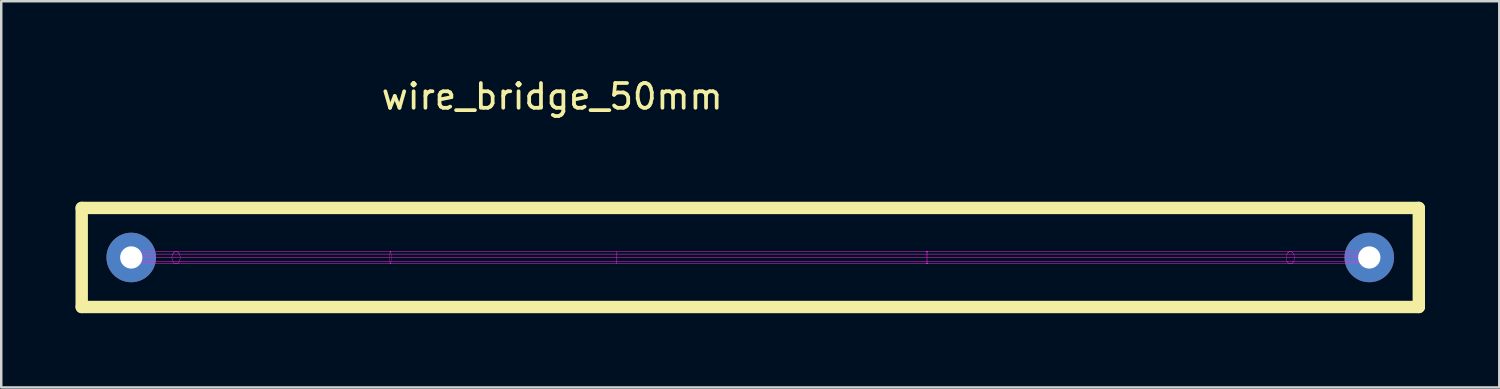
<source format=kicad_pcb>
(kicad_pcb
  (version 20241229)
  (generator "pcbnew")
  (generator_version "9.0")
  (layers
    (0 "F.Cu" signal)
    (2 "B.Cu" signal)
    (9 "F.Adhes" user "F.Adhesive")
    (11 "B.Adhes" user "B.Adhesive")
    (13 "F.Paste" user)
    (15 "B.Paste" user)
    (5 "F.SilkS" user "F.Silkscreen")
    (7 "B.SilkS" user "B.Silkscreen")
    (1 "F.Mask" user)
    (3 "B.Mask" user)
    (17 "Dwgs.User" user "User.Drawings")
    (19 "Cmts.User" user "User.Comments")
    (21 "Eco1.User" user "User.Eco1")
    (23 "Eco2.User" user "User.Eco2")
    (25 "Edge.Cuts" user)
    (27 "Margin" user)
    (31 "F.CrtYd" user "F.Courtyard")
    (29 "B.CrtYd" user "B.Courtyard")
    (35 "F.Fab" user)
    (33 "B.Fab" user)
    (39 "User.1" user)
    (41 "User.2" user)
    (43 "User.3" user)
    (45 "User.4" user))
  (footprint "wire_bridge_50mm"
    (layer "F.Cu")
    (at 2.25 7.348)
    (property "Reference" "wire_bridge_50mm" (at 17 -6.5 0) (layer "F.SilkS") (effects (font (size 1 1) (thickness 0.15))))
    (attr through_hole)
    (fp_line (start -2 -2) (end -2 2) (stroke (width 0.5) (type solid)) (layer "F.SilkS"))
    (fp_line (start -2 2) (end 52 2) (stroke (width 0.5) (type solid)) (layer "F.SilkS"))
    (fp_line (start 52 -2) (end -2 -2) (stroke (width 0.5) (type solid)) (layer "F.SilkS"))
    (fp_line (start 52 2) (end 52 -2) (stroke (width 0.5) (type solid)) (layer "F.SilkS"))
    (fp_line (start -0.273 0.01) (end 50.227 0.01) (stroke (width 0.01) (type solid)) (layer "F.CrtYd"))
    (fp_line (start -0.225 0.157) (end 50.179 0.157) (stroke (width 0.01) (type solid)) (layer "F.CrtYd"))
    (fp_line (start -0.225 -0.137) (end 50.179 -0.137) (stroke (width 0.01) (type solid)) (layer "F.CrtYd"))
    (fp_line (start -0.101 0.248) (end 50.055 0.248) (stroke (width 0.01) (type solid)) (layer "F.CrtYd"))
    (fp_line (start -0.099 -0.228) (end 50.053 -0.228) (stroke (width 0.01) (type solid)) (layer "F.CrtYd"))
    (fp_line (start 0.053 0.248) (end 49.901 0.248) (stroke (width 0.01) (type solid)) (layer "F.CrtYd"))
    (fp_line (start 0.055 -0.227) (end 49.899 -0.227) (stroke (width 0.01) (type solid)) (layer "F.CrtYd"))
    (fp_line (start 0.179 0.157) (end 0.179 0.157) (stroke (width 0.01) (type solid)) (layer "F.CrtYd"))
    (fp_line (start 0.179 0.157) (end 49.775 0.157) (stroke (width 0.01) (type solid)) (layer "F.CrtYd"))
    (fp_line (start 0.179 0.157) (end 0.179 0.157) (stroke (width 0.01) (type solid)) (layer "F.CrtYd"))
    (fp_line (start 0.179 0.157) (end 0.179 0.157) (stroke (width 0.01) (type solid)) (layer "F.CrtYd"))
    (fp_line (start 0.179 -0.137) (end 0.179 -0.137) (stroke (width 0.01) (type solid)) (layer "F.CrtYd"))
    (fp_line (start 0.179 -0.137) (end 49.775 -0.137) (stroke (width 0.01) (type solid)) (layer "F.CrtYd"))
    (fp_line (start 0.179 -0.137) (end 0.179 -0.137) (stroke (width 0.01) (type solid)) (layer "F.CrtYd"))
    (fp_line (start 0.179 -0.137) (end 0.179 -0.137) (stroke (width 0.01) (type solid)) (layer "F.CrtYd"))
    (fp_line (start 0.227 0.01) (end 0.227 0.01) (stroke (width 0.01) (type solid)) (layer "F.CrtYd"))
    (fp_line (start 0.227 0.01) (end 49.727 0.01) (stroke (width 0.01) (type solid)) (layer "F.CrtYd"))
    (fp_line (start 0.227 0.01) (end 0.227 0.01) (stroke (width 0.01) (type solid)) (layer "F.CrtYd"))
    (fp_line (start 0.227 0.01) (end 0.227 0.01) (stroke (width 0.01) (type solid)) (layer "F.CrtYd"))
    (fp_line (start 1.645 0.01) (end 1.645 0.02) (stroke (width 0.01) (type solid)) (layer "F.CrtYd"))
    (fp_line (start 1.645 0.000344) (end 1.645 0.01) (stroke (width 0.01) (type solid)) (layer "F.CrtYd"))
    (fp_line (start 1.645 0.02) (end 1.645 0.03) (stroke (width 0.01) (type solid)) (layer "F.CrtYd"))
    (fp_line (start 1.645 -0.009) (end 1.645 0.000344) (stroke (width 0.01) (type solid)) (layer "F.CrtYd"))
    (fp_line (start 1.645 0.03) (end 1.646 0.04) (stroke (width 0.01) (type solid)) (layer "F.CrtYd"))
    (fp_line (start 1.646 -0.019) (end 1.645 -0.009) (stroke (width 0.01) (type solid)) (layer "F.CrtYd"))
    (fp_line (start 1.646 0.04) (end 1.647 0.049) (stroke (width 0.01) (type solid)) (layer "F.CrtYd"))
    (fp_line (start 1.647 -0.029) (end 1.646 -0.019) (stroke (width 0.01) (type solid)) (layer "F.CrtYd"))
    (fp_line (start 1.647 0.049) (end 1.648 0.059) (stroke (width 0.01) (type solid)) (layer "F.CrtYd"))
    (fp_line (start 1.648 -0.039) (end 1.647 -0.029) (stroke (width 0.01) (type solid)) (layer "F.CrtYd"))
    (fp_line (start 1.648 0.059) (end 1.649 0.069) (stroke (width 0.01) (type solid)) (layer "F.CrtYd"))
    (fp_line (start 1.649 -0.048) (end 1.648 -0.039) (stroke (width 0.01) (type solid)) (layer "F.CrtYd"))
    (fp_line (start 1.649 0.069) (end 1.651 0.078) (stroke (width 0.01) (type solid)) (layer "F.CrtYd"))
    (fp_line (start 1.651 -0.058) (end 1.649 -0.048) (stroke (width 0.01) (type solid)) (layer "F.CrtYd"))
    (fp_line (start 1.651 0.078) (end 1.653 0.087) (stroke (width 0.01) (type solid)) (layer "F.CrtYd"))
    (fp_line (start 1.653 -0.067) (end 1.651 -0.058) (stroke (width 0.01) (type solid)) (layer "F.CrtYd"))
    (fp_line (start 1.653 0.087) (end 1.655 0.097) (stroke (width 0.01) (type solid)) (layer "F.CrtYd"))
    (fp_line (start 1.655 -0.076) (end 1.653 -0.067) (stroke (width 0.01) (type solid)) (layer "F.CrtYd"))
    (fp_line (start 1.655 0.097) (end 1.657 0.106) (stroke (width 0.01) (type solid)) (layer "F.CrtYd"))
    (fp_line (start 1.657 -0.086) (end 1.655 -0.076) (stroke (width 0.01) (type solid)) (layer "F.CrtYd"))
    (fp_line (start 1.657 0.106) (end 1.66 0.115) (stroke (width 0.01) (type solid)) (layer "F.CrtYd"))
    (fp_line (start 1.66 -0.095) (end 1.657 -0.086) (stroke (width 0.01) (type solid)) (layer "F.CrtYd"))
    (fp_line (start 1.66 0.115) (end 1.663 0.124) (stroke (width 0.01) (type solid)) (layer "F.CrtYd"))
    (fp_line (start 1.663 -0.103) (end 1.66 -0.095) (stroke (width 0.01) (type solid)) (layer "F.CrtYd"))
    (fp_line (start 1.663 0.124) (end 1.666 0.132) (stroke (width 0.01) (type solid)) (layer "F.CrtYd"))
    (fp_line (start 1.666 0.132) (end 1.669 0.141) (stroke (width 0.01) (type solid)) (layer "F.CrtYd"))
    (fp_line (start 1.666 -0.112) (end 1.663 -0.103) (stroke (width 0.01) (type solid)) (layer "F.CrtYd"))
    (fp_line (start 1.669 0.141) (end 1.673 0.149) (stroke (width 0.01) (type solid)) (layer "F.CrtYd"))
    (fp_line (start 1.669 -0.121) (end 1.666 -0.112) (stroke (width 0.01) (type solid)) (layer "F.CrtYd"))
    (fp_line (start 1.673 0.149) (end 1.676 0.157) (stroke (width 0.01) (type solid)) (layer "F.CrtYd"))
    (fp_line (start 1.673 -0.129) (end 1.669 -0.121) (stroke (width 0.01) (type solid)) (layer "F.CrtYd"))
    (fp_line (start 1.676 0.157) (end 1.68 0.165) (stroke (width 0.01) (type solid)) (layer "F.CrtYd"))
    (fp_line (start 1.676 -0.137) (end 1.673 -0.129) (stroke (width 0.01) (type solid)) (layer "F.CrtYd"))
    (fp_line (start 1.68 0.165) (end 1.684 0.172) (stroke (width 0.01) (type solid)) (layer "F.CrtYd"))
    (fp_line (start 1.68 -0.145) (end 1.676 -0.137) (stroke (width 0.01) (type solid)) (layer "F.CrtYd"))
    (fp_line (start 1.684 0.172) (end 1.689 0.18) (stroke (width 0.01) (type solid)) (layer "F.CrtYd"))
    (fp_line (start 1.685 -0.152) (end 1.68 -0.145) (stroke (width 0.01) (type solid)) (layer "F.CrtYd"))
    (fp_line (start 1.687 -0.156) (end 1.685 -0.152) (stroke (width 0.01) (type solid)) (layer "F.CrtYd"))
    (fp_line (start 1.689 0.18) (end 1.691 0.183) (stroke (width 0.01) (type solid)) (layer "F.CrtYd"))
    (fp_line (start 1.689 -0.16) (end 1.687 -0.156) (stroke (width 0.01) (type solid)) (layer "F.CrtYd"))
    (fp_line (start 1.691 0.183) (end 1.693 0.187) (stroke (width 0.01) (type solid)) (layer "F.CrtYd"))
    (fp_line (start 1.691 -0.163) (end 1.689 -0.16) (stroke (width 0.01) (type solid)) (layer "F.CrtYd"))
    (fp_line (start 1.693 0.187) (end 1.695 0.19) (stroke (width 0.01) (type solid)) (layer "F.CrtYd"))
    (fp_line (start 1.693 -0.167) (end 1.691 -0.163) (stroke (width 0.01) (type solid)) (layer "F.CrtYd"))
    (fp_line (start 1.695 0.19) (end 1.698 0.193) (stroke (width 0.01) (type solid)) (layer "F.CrtYd"))
    (fp_line (start 1.696 -0.17) (end 1.693 -0.167) (stroke (width 0.01) (type solid)) (layer "F.CrtYd"))
    (fp_line (start 1.698 0.193) (end 1.7 0.197) (stroke (width 0.01) (type solid)) (layer "F.CrtYd"))
    (fp_line (start 1.698 -0.174) (end 1.696 -0.17) (stroke (width 0.01) (type solid)) (layer "F.CrtYd"))
    (fp_line (start 1.7 0.197) (end 1.703 0.2) (stroke (width 0.01) (type solid)) (layer "F.CrtYd"))
    (fp_line (start 1.701 -0.177) (end 1.698 -0.174) (stroke (width 0.01) (type solid)) (layer "F.CrtYd"))
    (fp_line (start 1.703 0.2) (end 1.705 0.203) (stroke (width 0.01) (type solid)) (layer "F.CrtYd"))
    (fp_line (start 1.703 -0.18) (end 1.701 -0.177) (stroke (width 0.01) (type solid)) (layer "F.CrtYd"))
    (fp_line (start 1.705 0.203) (end 1.708 0.206) (stroke (width 0.01) (type solid)) (layer "F.CrtYd"))
    (fp_line (start 1.706 -0.183) (end 1.703 -0.18) (stroke (width 0.01) (type solid)) (layer "F.CrtYd"))
    (fp_line (start 1.708 0.206) (end 1.71 0.209) (stroke (width 0.01) (type solid)) (layer "F.CrtYd"))
    (fp_line (start 1.708 -0.186) (end 1.706 -0.183) (stroke (width 0.01) (type solid)) (layer "F.CrtYd"))
    (fp_line (start 1.71 0.209) (end 1.713 0.212) (stroke (width 0.01) (type solid)) (layer "F.CrtYd"))
    (fp_line (start 1.711 -0.189) (end 1.708 -0.186) (stroke (width 0.01) (type solid)) (layer "F.CrtYd"))
    (fp_line (start 1.713 0.212) (end 1.715 0.215) (stroke (width 0.01) (type solid)) (layer "F.CrtYd"))
    (fp_line (start 1.713 -0.192) (end 1.711 -0.189) (stroke (width 0.01) (type solid)) (layer "F.CrtYd"))
    (fp_line (start 1.715 0.215) (end 1.718 0.218) (stroke (width 0.01) (type solid)) (layer "F.CrtYd"))
    (fp_line (start 1.716 -0.195) (end 1.713 -0.192) (stroke (width 0.01) (type solid)) (layer "F.CrtYd"))
    (fp_line (start 1.718 0.218) (end 1.721 0.22) (stroke (width 0.01) (type solid)) (layer "F.CrtYd"))
    (fp_line (start 1.719 -0.198) (end 1.716 -0.195) (stroke (width 0.01) (type solid)) (layer "F.CrtYd"))
    (fp_line (start 1.721 0.22) (end 1.723 0.223) (stroke (width 0.01) (type solid)) (layer "F.CrtYd"))
    (fp_line (start 1.722 -0.201) (end 1.719 -0.198) (stroke (width 0.01) (type solid)) (layer "F.CrtYd"))
    (fp_line (start 1.723 0.223) (end 1.726 0.225) (stroke (width 0.01) (type solid)) (layer "F.CrtYd"))
    (fp_line (start 1.724 -0.203) (end 1.722 -0.201) (stroke (width 0.01) (type solid)) (layer "F.CrtYd"))
    (fp_line (start 1.726 0.225) (end 1.729 0.228) (stroke (width 0.01) (type solid)) (layer "F.CrtYd"))
    (fp_line (start 1.727 -0.206) (end 1.724 -0.203) (stroke (width 0.01) (type solid)) (layer "F.CrtYd"))
    (fp_line (start 1.729 0.228) (end 1.732 0.23) (stroke (width 0.01) (type solid)) (layer "F.CrtYd"))
    (fp_line (start 1.73 -0.208) (end 1.727 -0.206) (stroke (width 0.01) (type solid)) (layer "F.CrtYd"))
    (fp_line (start 1.732 0.23) (end 1.735 0.233) (stroke (width 0.01) (type solid)) (layer "F.CrtYd"))
    (fp_line (start 1.733 -0.211) (end 1.73 -0.208) (stroke (width 0.01) (type solid)) (layer "F.CrtYd"))
    (fp_line (start 1.735 0.233) (end 1.738 0.235) (stroke (width 0.01) (type solid)) (layer "F.CrtYd"))
    (fp_line (start 1.736 -0.213) (end 1.733 -0.211) (stroke (width 0.01) (type solid)) (layer "F.CrtYd"))
    (fp_line (start 1.738 0.235) (end 1.74 0.237) (stroke (width 0.01) (type solid)) (layer "F.CrtYd"))
    (fp_line (start 1.739 -0.215) (end 1.736 -0.213) (stroke (width 0.01) (type solid)) (layer "F.CrtYd"))
    (fp_line (start 1.74 0.237) (end 1.743 0.239) (stroke (width 0.01) (type solid)) (layer "F.CrtYd"))
    (fp_line (start 1.742 -0.217) (end 1.739 -0.215) (stroke (width 0.01) (type solid)) (layer "F.CrtYd"))
    (fp_line (start 1.743 0.239) (end 1.746 0.241) (stroke (width 0.01) (type solid)) (layer "F.CrtYd"))
    (fp_line (start 1.745 -0.219) (end 1.742 -0.217) (stroke (width 0.01) (type solid)) (layer "F.CrtYd"))
    (fp_line (start 1.746 0.241) (end 1.749 0.243) (stroke (width 0.01) (type solid)) (layer "F.CrtYd"))
    (fp_line (start 1.748 -0.221) (end 1.745 -0.219) (stroke (width 0.01) (type solid)) (layer "F.CrtYd"))
    (fp_line (start 1.749 0.243) (end 1.752 0.244) (stroke (width 0.01) (type solid)) (layer "F.CrtYd"))
    (fp_line (start 1.751 -0.223) (end 1.748 -0.221) (stroke (width 0.01) (type solid)) (layer "F.CrtYd"))
    (fp_line (start 1.752 0.244) (end 1.755 0.246) (stroke (width 0.01) (type solid)) (layer "F.CrtYd"))
    (fp_line (start 1.754 -0.225) (end 1.751 -0.223) (stroke (width 0.01) (type solid)) (layer "F.CrtYd"))
    (fp_line (start 1.755 0.246) (end 1.758 0.248) (stroke (width 0.01) (type solid)) (layer "F.CrtYd"))
    (fp_line (start 1.757 -0.226) (end 1.754 -0.225) (stroke (width 0.01) (type solid)) (layer "F.CrtYd"))
    (fp_line (start 1.758 0.248) (end 1.762 0.249) (stroke (width 0.01) (type solid)) (layer "F.CrtYd"))
    (fp_line (start 1.76 -0.228) (end 1.757 -0.226) (stroke (width 0.01) (type solid)) (layer "F.CrtYd"))
    (fp_line (start 1.762 0.249) (end 1.765 0.25) (stroke (width 0.01) (type solid)) (layer "F.CrtYd"))
    (fp_line (start 1.763 -0.229) (end 1.76 -0.228) (stroke (width 0.01) (type solid)) (layer "F.CrtYd"))
    (fp_line (start 1.765 0.25) (end 1.768 0.252) (stroke (width 0.01) (type solid)) (layer "F.CrtYd"))
    (fp_line (start 1.766 -0.231) (end 1.763 -0.229) (stroke (width 0.01) (type solid)) (layer "F.CrtYd"))
    (fp_line (start 1.768 0.252) (end 1.771 0.253) (stroke (width 0.01) (type solid)) (layer "F.CrtYd"))
    (fp_line (start 1.769 -0.232) (end 1.766 -0.231) (stroke (width 0.01) (type solid)) (layer "F.CrtYd"))
    (fp_line (start 1.771 0.253) (end 1.774 0.254) (stroke (width 0.01) (type solid)) (layer "F.CrtYd"))
    (fp_line (start 1.772 -0.233) (end 1.769 -0.232) (stroke (width 0.01) (type solid)) (layer "F.CrtYd"))
    (fp_line (start 1.774 0.254) (end 1.777 0.255) (stroke (width 0.01) (type solid)) (layer "F.CrtYd"))
    (fp_line (start 1.776 -0.234) (end 1.772 -0.233) (stroke (width 0.01) (type solid)) (layer "F.CrtYd"))
    (fp_line (start 1.777 0.255) (end 1.78 0.256) (stroke (width 0.01) (type solid)) (layer "F.CrtYd"))
    (fp_line (start 1.779 -0.235) (end 1.776 -0.234) (stroke (width 0.01) (type solid)) (layer "F.CrtYd"))
    (fp_line (start 1.78 0.256) (end 1.784 0.257) (stroke (width 0.01) (type solid)) (layer "F.CrtYd"))
    (fp_line (start 1.782 -0.236) (end 1.779 -0.235) (stroke (width 0.01) (type solid)) (layer "F.CrtYd"))
    (fp_line (start 1.784 0.257) (end 1.787 0.258) (stroke (width 0.01) (type solid)) (layer "F.CrtYd"))
    (fp_line (start 1.785 -0.237) (end 1.782 -0.236) (stroke (width 0.01) (type solid)) (layer "F.CrtYd"))
    (fp_line (start 1.787 0.258) (end 1.79 0.258) (stroke (width 0.01) (type solid)) (layer "F.CrtYd"))
    (fp_line (start 1.788 -0.238) (end 1.785 -0.237) (stroke (width 0.01) (type solid)) (layer "F.CrtYd"))
    (fp_line (start 1.79 0.258) (end 1.793 0.259) (stroke (width 0.01) (type solid)) (layer "F.CrtYd"))
    (fp_line (start 1.792 -0.238) (end 1.788 -0.238) (stroke (width 0.01) (type solid)) (layer "F.CrtYd"))
    (fp_line (start 1.793 0.259) (end 1.796 0.259) (stroke (width 0.01) (type solid)) (layer "F.CrtYd"))
    (fp_line (start 1.795 -0.239) (end 1.792 -0.238) (stroke (width 0.01) (type solid)) (layer "F.CrtYd"))
    (fp_line (start 1.796 0.259) (end 1.8 0.26) (stroke (width 0.01) (type solid)) (layer "F.CrtYd"))
    (fp_line (start 1.798 -0.239) (end 1.795 -0.239) (stroke (width 0.01) (type solid)) (layer "F.CrtYd"))
    (fp_line (start 1.8 0.26) (end 1.803 0.26) (stroke (width 0.01) (type solid)) (layer "F.CrtYd"))
    (fp_line (start 1.801 -0.239) (end 1.798 -0.239) (stroke (width 0.01) (type solid)) (layer "F.CrtYd"))
    (fp_line (start 1.803 0.26) (end 1.806 0.26) (stroke (width 0.01) (type solid)) (layer "F.CrtYd"))
    (fp_line (start 1.805 -0.24) (end 1.801 -0.239) (stroke (width 0.01) (type solid)) (layer "F.CrtYd"))
    (fp_line (start 1.806 0.26) (end 1.809 0.26) (stroke (width 0.01) (type solid)) (layer "F.CrtYd"))
    (fp_line (start 1.808 -0.24) (end 1.805 -0.24) (stroke (width 0.01) (type solid)) (layer "F.CrtYd"))
    (fp_line (start 1.809 0.26) (end 1.813 0.26) (stroke (width 0.01) (type solid)) (layer "F.CrtYd"))
    (fp_line (start 1.811 -0.24) (end 1.808 -0.24) (stroke (width 0.01) (type solid)) (layer "F.CrtYd"))
    (fp_line (start 1.813 0.26) (end 1.816 0.26) (stroke (width 0.01) (type solid)) (layer "F.CrtYd"))
    (fp_line (start 1.814 -0.24) (end 1.811 -0.24) (stroke (width 0.01) (type solid)) (layer "F.CrtYd"))
    (fp_line (start 1.816 0.26) (end 1.819 0.26) (stroke (width 0.01) (type solid)) (layer "F.CrtYd"))
    (fp_line (start 1.818 -0.239) (end 1.814 -0.24) (stroke (width 0.01) (type solid)) (layer "F.CrtYd"))
    (fp_line (start 1.819 0.26) (end 1.823 0.259) (stroke (width 0.01) (type solid)) (layer "F.CrtYd"))
    (fp_line (start 1.821 -0.239) (end 1.818 -0.239) (stroke (width 0.01) (type solid)) (layer "F.CrtYd"))
    (fp_line (start 1.823 0.259) (end 1.826 0.259) (stroke (width 0.01) (type solid)) (layer "F.CrtYd"))
    (fp_line (start 1.824 -0.239) (end 1.821 -0.239) (stroke (width 0.01) (type solid)) (layer "F.CrtYd"))
    (fp_line (start 1.826 0.259) (end 1.829 0.258) (stroke (width 0.01) (type solid)) (layer "F.CrtYd"))
    (fp_line (start 1.827 -0.238) (end 1.824 -0.239) (stroke (width 0.01) (type solid)) (layer "F.CrtYd"))
    (fp_line (start 1.829 0.258) (end 1.832 0.258) (stroke (width 0.01) (type solid)) (layer "F.CrtYd"))
    (fp_line (start 1.831 -0.238) (end 1.827 -0.238) (stroke (width 0.01) (type solid)) (layer "F.CrtYd"))
    (fp_line (start 1.832 0.258) (end 1.835 0.257) (stroke (width 0.01) (type solid)) (layer "F.CrtYd"))
    (fp_line (start 1.834 -0.237) (end 1.831 -0.238) (stroke (width 0.01) (type solid)) (layer "F.CrtYd"))
    (fp_line (start 1.835 0.257) (end 1.839 0.256) (stroke (width 0.01) (type solid)) (layer "F.CrtYd"))
    (fp_line (start 1.837 -0.236) (end 1.834 -0.237) (stroke (width 0.01) (type solid)) (layer "F.CrtYd"))
    (fp_line (start 1.839 0.256) (end 1.842 0.256) (stroke (width 0.01) (type solid)) (layer "F.CrtYd"))
    (fp_line (start 1.84 -0.236) (end 1.837 -0.236) (stroke (width 0.01) (type solid)) (layer "F.CrtYd"))
    (fp_line (start 1.842 0.256) (end 1.845 0.255) (stroke (width 0.01) (type solid)) (layer "F.CrtYd"))
    (fp_line (start 1.843 -0.235) (end 1.84 -0.236) (stroke (width 0.01) (type solid)) (layer "F.CrtYd"))
    (fp_line (start 1.845 0.255) (end 1.848 0.254) (stroke (width 0.01) (type solid)) (layer "F.CrtYd"))
    (fp_line (start 1.847 -0.234) (end 1.843 -0.235) (stroke (width 0.01) (type solid)) (layer "F.CrtYd"))
    (fp_line (start 1.848 0.254) (end 1.851 0.252) (stroke (width 0.01) (type solid)) (layer "F.CrtYd"))
    (fp_line (start 1.85 -0.233) (end 1.847 -0.234) (stroke (width 0.01) (type solid)) (layer "F.CrtYd"))
    (fp_line (start 1.851 0.252) (end 1.855 0.251) (stroke (width 0.01) (type solid)) (layer "F.CrtYd"))
    (fp_line (start 1.853 -0.231) (end 1.85 -0.233) (stroke (width 0.01) (type solid)) (layer "F.CrtYd"))
    (fp_line (start 1.855 0.251) (end 1.858 0.25) (stroke (width 0.01) (type solid)) (layer "F.CrtYd"))
    (fp_line (start 1.856 -0.23) (end 1.853 -0.231) (stroke (width 0.01) (type solid)) (layer "F.CrtYd"))
    (fp_line (start 1.858 0.25) (end 1.861 0.248) (stroke (width 0.01) (type solid)) (layer "F.CrtYd"))
    (fp_line (start 1.859 -0.229) (end 1.856 -0.23) (stroke (width 0.01) (type solid)) (layer "F.CrtYd"))
    (fp_line (start 1.861 0.248) (end 1.864 0.247) (stroke (width 0.01) (type solid)) (layer "F.CrtYd"))
    (fp_line (start 1.862 -0.227) (end 1.859 -0.229) (stroke (width 0.01) (type solid)) (layer "F.CrtYd"))
    (fp_line (start 1.864 0.247) (end 1.867 0.245) (stroke (width 0.01) (type solid)) (layer "F.CrtYd"))
    (fp_line (start 1.865 -0.226) (end 1.862 -0.227) (stroke (width 0.01) (type solid)) (layer "F.CrtYd"))
    (fp_line (start 1.867 0.245) (end 1.87 0.243) (stroke (width 0.01) (type solid)) (layer "F.CrtYd"))
    (fp_line (start 1.868 -0.224) (end 1.865 -0.226) (stroke (width 0.01) (type solid)) (layer "F.CrtYd"))
    (fp_line (start 1.87 0.243) (end 1.873 0.242) (stroke (width 0.01) (type solid)) (layer "F.CrtYd"))
    (fp_line (start 1.871 -0.222) (end 1.868 -0.224) (stroke (width 0.01) (type solid)) (layer "F.CrtYd"))
    (fp_line (start 1.873 0.242) (end 1.876 0.24) (stroke (width 0.01) (type solid)) (layer "F.CrtYd"))
    (fp_line (start 1.874 -0.22) (end 1.871 -0.222) (stroke (width 0.01) (type solid)) (layer "F.CrtYd"))
    (fp_line (start 1.876 0.24) (end 1.879 0.238) (stroke (width 0.01) (type solid)) (layer "F.CrtYd"))
    (fp_line (start 1.877 -0.218) (end 1.874 -0.22) (stroke (width 0.01) (type solid)) (layer "F.CrtYd"))
    (fp_line (start 1.879 0.238) (end 1.882 0.235) (stroke (width 0.01) (type solid)) (layer "F.CrtYd"))
    (fp_line (start 1.88 -0.216) (end 1.877 -0.218) (stroke (width 0.01) (type solid)) (layer "F.CrtYd"))
    (fp_line (start 1.882 0.235) (end 1.885 0.233) (stroke (width 0.01) (type solid)) (layer "F.CrtYd"))
    (fp_line (start 1.883 -0.214) (end 1.88 -0.216) (stroke (width 0.01) (type solid)) (layer "F.CrtYd"))
    (fp_line (start 1.885 0.233) (end 1.888 0.231) (stroke (width 0.01) (type solid)) (layer "F.CrtYd"))
    (fp_line (start 1.886 -0.212) (end 1.883 -0.214) (stroke (width 0.01) (type solid)) (layer "F.CrtYd"))
    (fp_line (start 1.888 0.231) (end 1.891 0.229) (stroke (width 0.01) (type solid)) (layer "F.CrtYd"))
    (fp_line (start 1.889 -0.21) (end 1.886 -0.212) (stroke (width 0.01) (type solid)) (layer "F.CrtYd"))
    (fp_line (start 1.891 0.229) (end 1.894 0.226) (stroke (width 0.01) (type solid)) (layer "F.CrtYd"))
    (fp_line (start 1.892 -0.208) (end 1.889 -0.21) (stroke (width 0.01) (type solid)) (layer "F.CrtYd"))
    (fp_line (start 1.894 0.226) (end 1.896 0.224) (stroke (width 0.01) (type solid)) (layer "F.CrtYd"))
    (fp_line (start 1.895 -0.205) (end 1.892 -0.208) (stroke (width 0.01) (type solid)) (layer "F.CrtYd"))
    (fp_line (start 1.896 0.224) (end 1.899 0.221) (stroke (width 0.01) (type solid)) (layer "F.CrtYd"))
    (fp_line (start 1.897 -0.203) (end 1.895 -0.205) (stroke (width 0.01) (type solid)) (layer "F.CrtYd"))
    (fp_line (start 1.899 0.221) (end 1.902 0.218) (stroke (width 0.01) (type solid)) (layer "F.CrtYd"))
    (fp_line (start 1.9 -0.2) (end 1.897 -0.203) (stroke (width 0.01) (type solid)) (layer "F.CrtYd"))
    (fp_line (start 1.902 0.218) (end 1.905 0.216) (stroke (width 0.01) (type solid)) (layer "F.CrtYd"))
    (fp_line (start 1.903 -0.197) (end 1.9 -0.2) (stroke (width 0.01) (type solid)) (layer "F.CrtYd"))
    (fp_line (start 1.905 0.216) (end 1.907 0.213) (stroke (width 0.01) (type solid)) (layer "F.CrtYd"))
    (fp_line (start 1.905 -0.195) (end 1.903 -0.197) (stroke (width 0.01) (type solid)) (layer "F.CrtYd"))
    (fp_line (start 1.907 0.213) (end 1.91 0.21) (stroke (width 0.01) (type solid)) (layer "F.CrtYd"))
    (fp_line (start 1.908 -0.192) (end 1.905 -0.195) (stroke (width 0.01) (type solid)) (layer "F.CrtYd"))
    (fp_line (start 1.91 0.21) (end 1.912 0.207) (stroke (width 0.01) (type solid)) (layer "F.CrtYd"))
    (fp_line (start 1.911 -0.189) (end 1.908 -0.192) (stroke (width 0.01) (type solid)) (layer "F.CrtYd"))
    (fp_line (start 1.912 0.207) (end 1.915 0.204) (stroke (width 0.01) (type solid)) (layer "F.CrtYd"))
    (fp_line (start 1.913 -0.186) (end 1.911 -0.189) (stroke (width 0.01) (type solid)) (layer "F.CrtYd"))
    (fp_line (start 1.915 0.204) (end 1.918 0.201) (stroke (width 0.01) (type solid)) (layer "F.CrtYd"))
    (fp_line (start 1.916 -0.183) (end 1.913 -0.186) (stroke (width 0.01) (type solid)) (layer "F.CrtYd"))
    (fp_line (start 1.918 0.201) (end 1.92 0.197) (stroke (width 0.01) (type solid)) (layer "F.CrtYd"))
    (fp_line (start 1.918 -0.18) (end 1.916 -0.183) (stroke (width 0.01) (type solid)) (layer "F.CrtYd"))
    (fp_line (start 1.92 0.197) (end 1.922 0.194) (stroke (width 0.01) (type solid)) (layer "F.CrtYd"))
    (fp_line (start 1.921 -0.176) (end 1.918 -0.18) (stroke (width 0.01) (type solid)) (layer "F.CrtYd"))
    (fp_line (start 1.922 0.194) (end 1.925 0.191) (stroke (width 0.01) (type solid)) (layer "F.CrtYd"))
    (fp_line (start 1.923 -0.173) (end 1.921 -0.176) (stroke (width 0.01) (type solid)) (layer "F.CrtYd"))
    (fp_line (start 1.925 0.191) (end 1.927 0.187) (stroke (width 0.01) (type solid)) (layer "F.CrtYd"))
    (fp_line (start 1.925 -0.17) (end 1.923 -0.173) (stroke (width 0.01) (type solid)) (layer "F.CrtYd"))
    (fp_line (start 1.927 0.187) (end 1.929 0.184) (stroke (width 0.01) (type solid)) (layer "F.CrtYd"))
    (fp_line (start 1.928 -0.166) (end 1.925 -0.17) (stroke (width 0.01) (type solid)) (layer "F.CrtYd"))
    (fp_line (start 1.929 0.184) (end 1.932 0.18) (stroke (width 0.01) (type solid)) (layer "F.CrtYd"))
    (fp_line (start 1.93 -0.163) (end 1.928 -0.166) (stroke (width 0.01) (type solid)) (layer "F.CrtYd"))
    (fp_line (start 1.932 0.18) (end 1.934 0.176) (stroke (width 0.01) (type solid)) (layer "F.CrtYd"))
    (fp_line (start 1.932 -0.159) (end 1.93 -0.163) (stroke (width 0.01) (type solid)) (layer "F.CrtYd"))
    (fp_line (start 1.934 0.176) (end 1.936 0.173) (stroke (width 0.01) (type solid)) (layer "F.CrtYd"))
    (fp_line (start 1.936 0.173) (end 1.94 0.165) (stroke (width 0.01) (type solid)) (layer "F.CrtYd"))
    (fp_line (start 1.936 -0.152) (end 1.932 -0.159) (stroke (width 0.01) (type solid)) (layer "F.CrtYd"))
    (fp_line (start 1.94 0.165) (end 1.944 0.157) (stroke (width 0.01) (type solid)) (layer "F.CrtYd"))
    (fp_line (start 1.94 -0.145) (end 1.936 -0.152) (stroke (width 0.01) (type solid)) (layer "F.CrtYd"))
    (fp_line (start 1.944 0.157) (end 1.948 0.149) (stroke (width 0.01) (type solid)) (layer "F.CrtYd"))
    (fp_line (start 1.944 -0.137) (end 1.94 -0.145) (stroke (width 0.01) (type solid)) (layer "F.CrtYd"))
    (fp_line (start 1.948 0.149) (end 1.951 0.141) (stroke (width 0.01) (type solid)) (layer "F.CrtYd"))
    (fp_line (start 1.948 -0.129) (end 1.944 -0.137) (stroke (width 0.01) (type solid)) (layer "F.CrtYd"))
    (fp_line (start 1.951 0.141) (end 1.955 0.132) (stroke (width 0.01) (type solid)) (layer "F.CrtYd"))
    (fp_line (start 1.951 -0.12) (end 1.948 -0.129) (stroke (width 0.01) (type solid)) (layer "F.CrtYd"))
    (fp_line (start 1.955 0.132) (end 1.958 0.124) (stroke (width 0.01) (type solid)) (layer "F.CrtYd"))
    (fp_line (start 1.955 -0.112) (end 1.951 -0.12) (stroke (width 0.01) (type solid)) (layer "F.CrtYd"))
    (fp_line (start 1.958 -0.103) (end 1.955 -0.112) (stroke (width 0.01) (type solid)) (layer "F.CrtYd"))
    (fp_line (start 1.958 0.124) (end 1.961 0.115) (stroke (width 0.01) (type solid)) (layer "F.CrtYd"))
    (fp_line (start 1.961 -0.095) (end 1.958 -0.103) (stroke (width 0.01) (type solid)) (layer "F.CrtYd"))
    (fp_line (start 1.961 0.115) (end 1.963 0.106) (stroke (width 0.01) (type solid)) (layer "F.CrtYd"))
    (fp_line (start 1.963 -0.086) (end 1.961 -0.095) (stroke (width 0.01) (type solid)) (layer "F.CrtYd"))
    (fp_line (start 1.963 0.106) (end 1.966 0.097) (stroke (width 0.01) (type solid)) (layer "F.CrtYd"))
    (fp_line (start 1.966 -0.076) (end 1.963 -0.086) (stroke (width 0.01) (type solid)) (layer "F.CrtYd"))
    (fp_line (start 1.966 0.097) (end 1.968 0.087) (stroke (width 0.01) (type solid)) (layer "F.CrtYd"))
    (fp_line (start 1.968 -0.067) (end 1.966 -0.076) (stroke (width 0.01) (type solid)) (layer "F.CrtYd"))
    (fp_line (start 1.968 0.087) (end 1.97 0.078) (stroke (width 0.01) (type solid)) (layer "F.CrtYd"))
    (fp_line (start 1.97 -0.058) (end 1.968 -0.067) (stroke (width 0.01) (type solid)) (layer "F.CrtYd"))
    (fp_line (start 1.97 0.078) (end 1.971 0.069) (stroke (width 0.01) (type solid)) (layer "F.CrtYd"))
    (fp_line (start 1.971 -0.048) (end 1.97 -0.058) (stroke (width 0.01) (type solid)) (layer "F.CrtYd"))
    (fp_line (start 1.971 0.069) (end 1.973 0.059) (stroke (width 0.01) (type solid)) (layer "F.CrtYd"))
    (fp_line (start 1.973 -0.039) (end 1.971 -0.048) (stroke (width 0.01) (type solid)) (layer "F.CrtYd"))
    (fp_line (start 1.973 0.059) (end 1.974 0.049) (stroke (width 0.01) (type solid)) (layer "F.CrtYd"))
    (fp_line (start 1.974 -0.029) (end 1.973 -0.039) (stroke (width 0.01) (type solid)) (layer "F.CrtYd"))
    (fp_line (start 1.974 0.049) (end 1.975 0.04) (stroke (width 0.01) (type solid)) (layer "F.CrtYd"))
    (fp_line (start 1.975 -0.019) (end 1.974 -0.029) (stroke (width 0.01) (type solid)) (layer "F.CrtYd"))
    (fp_line (start 1.975 0.04) (end 1.975 0.03) (stroke (width 0.01) (type solid)) (layer "F.CrtYd"))
    (fp_line (start 1.975 -0.009) (end 1.975 -0.019) (stroke (width 0.01) (type solid)) (layer "F.CrtYd"))
    (fp_line (start 1.975 0.03) (end 1.976 0.02) (stroke (width 0.01) (type solid)) (layer "F.CrtYd"))
    (fp_line (start 1.976 0.000344) (end 1.975 -0.009) (stroke (width 0.01) (type solid)) (layer "F.CrtYd"))
    (fp_line (start 1.976 0.02) (end 1.976 0.01) (stroke (width 0.01) (type solid)) (layer "F.CrtYd"))
    (fp_line (start 1.976 0.01) (end 1.976 0.000344) (stroke (width 0.01) (type solid)) (layer "F.CrtYd"))
    (fp_line (start 10.44 0.01) (end 10.44 0.049) (stroke (width 0.01) (type solid)) (layer "F.CrtYd"))
    (fp_line (start 10.44 -0.029) (end 10.44 0.01) (stroke (width 0.01) (type solid)) (layer "F.CrtYd"))
    (fp_line (start 10.44 0.049) (end 10.442 0.087) (stroke (width 0.01) (type solid)) (layer "F.CrtYd"))
    (fp_line (start 10.442 -0.067) (end 10.44 -0.029) (stroke (width 0.01) (type solid)) (layer "F.CrtYd"))
    (fp_line (start 10.442 0.087) (end 10.443 0.124) (stroke (width 0.01) (type solid)) (layer "F.CrtYd"))
    (fp_line (start 10.443 -0.103) (end 10.442 -0.067) (stroke (width 0.01) (type solid)) (layer "F.CrtYd"))
    (fp_line (start 10.443 0.124) (end 10.446 0.157) (stroke (width 0.01) (type solid)) (layer "F.CrtYd"))
    (fp_line (start 10.446 0.157) (end 10.449 0.187) (stroke (width 0.01) (type solid)) (layer "F.CrtYd"))
    (fp_line (start 10.446 -0.137) (end 10.443 -0.103) (stroke (width 0.01) (type solid)) (layer "F.CrtYd"))
    (fp_line (start 10.449 0.187) (end 10.45 0.2) (stroke (width 0.01) (type solid)) (layer "F.CrtYd"))
    (fp_line (start 10.449 -0.167) (end 10.446 -0.137) (stroke (width 0.01) (type solid)) (layer "F.CrtYd"))
    (fp_line (start 10.45 0.2) (end 10.452 0.212) (stroke (width 0.01) (type solid)) (layer "F.CrtYd"))
    (fp_line (start 10.45 -0.18) (end 10.449 -0.167) (stroke (width 0.01) (type solid)) (layer "F.CrtYd"))
    (fp_line (start 10.452 0.212) (end 10.454 0.223) (stroke (width 0.01) (type solid)) (layer "F.CrtYd"))
    (fp_line (start 10.452 -0.192) (end 10.45 -0.18) (stroke (width 0.01) (type solid)) (layer "F.CrtYd"))
    (fp_line (start 10.454 0.223) (end 10.455 0.228) (stroke (width 0.01) (type solid)) (layer "F.CrtYd"))
    (fp_line (start 10.454 -0.203) (end 10.452 -0.192) (stroke (width 0.01) (type solid)) (layer "F.CrtYd"))
    (fp_line (start 10.455 0.228) (end 10.456 0.233) (stroke (width 0.01) (type solid)) (layer "F.CrtYd"))
    (fp_line (start 10.455 -0.208) (end 10.454 -0.203) (stroke (width 0.01) (type solid)) (layer "F.CrtYd"))
    (fp_line (start 10.456 0.233) (end 10.457 0.237) (stroke (width 0.01) (type solid)) (layer "F.CrtYd"))
    (fp_line (start 10.456 -0.213) (end 10.455 -0.208) (stroke (width 0.01) (type solid)) (layer "F.CrtYd"))
    (fp_line (start 10.457 0.237) (end 10.458 0.241) (stroke (width 0.01) (type solid)) (layer "F.CrtYd"))
    (fp_line (start 10.457 -0.217) (end 10.456 -0.213) (stroke (width 0.01) (type solid)) (layer "F.CrtYd"))
    (fp_line (start 10.458 0.241) (end 10.459 0.244) (stroke (width 0.01) (type solid)) (layer "F.CrtYd"))
    (fp_line (start 10.458 -0.221) (end 10.457 -0.217) (stroke (width 0.01) (type solid)) (layer "F.CrtYd"))
    (fp_line (start 10.459 0.244) (end 10.46 0.246) (stroke (width 0.01) (type solid)) (layer "F.CrtYd"))
    (fp_line (start 10.459 -0.225) (end 10.458 -0.221) (stroke (width 0.01) (type solid)) (layer "F.CrtYd"))
    (fp_line (start 10.46 0.246) (end 10.46 0.248) (stroke (width 0.01) (type solid)) (layer "F.CrtYd"))
    (fp_line (start 10.46 -0.226) (end 10.459 -0.225) (stroke (width 0.01) (type solid)) (layer "F.CrtYd"))
    (fp_line (start 10.46 0.248) (end 10.461 0.249) (stroke (width 0.01) (type solid)) (layer "F.CrtYd"))
    (fp_line (start 10.461 -0.228) (end 10.46 -0.226) (stroke (width 0.01) (type solid)) (layer "F.CrtYd"))
    (fp_line (start 10.461 0.249) (end 10.461 0.25) (stroke (width 0.01) (type solid)) (layer "F.CrtYd"))
    (fp_line (start 10.461 -0.229) (end 10.461 -0.228) (stroke (width 0.01) (type solid)) (layer "F.CrtYd"))
    (fp_line (start 10.461 0.25) (end 10.462 0.252) (stroke (width 0.01) (type solid)) (layer "F.CrtYd"))
    (fp_line (start 10.462 -0.231) (end 10.461 -0.229) (stroke (width 0.01) (type solid)) (layer "F.CrtYd"))
    (fp_line (start 10.462 0.252) (end 10.463 0.253) (stroke (width 0.01) (type solid)) (layer "F.CrtYd"))
    (fp_line (start 10.462 -0.232) (end 10.462 -0.231) (stroke (width 0.01) (type solid)) (layer "F.CrtYd"))
    (fp_line (start 10.463 0.253) (end 10.463 0.253) (stroke (width 0.01) (type solid)) (layer "F.CrtYd"))
    (fp_line (start 10.463 -0.233) (end 10.462 -0.232) (stroke (width 0.01) (type solid)) (layer "F.CrtYd"))
    (fp_line (start 10.463 0.253) (end 10.463 0.254) (stroke (width 0.01) (type solid)) (layer "F.CrtYd"))
    (fp_line (start 10.463 -0.234) (end 10.463 -0.233) (stroke (width 0.01) (type solid)) (layer "F.CrtYd"))
    (fp_line (start 10.463 0.254) (end 10.463 0.255) (stroke (width 0.01) (type solid)) (layer "F.CrtYd"))
    (fp_line (start 10.463 -0.234) (end 10.463 -0.234) (stroke (width 0.01) (type solid)) (layer "F.CrtYd"))
    (fp_line (start 10.463 0.255) (end 10.464 0.255) (stroke (width 0.01) (type solid)) (layer "F.CrtYd"))
    (fp_line (start 10.464 -0.235) (end 10.463 -0.234) (stroke (width 0.01) (type solid)) (layer "F.CrtYd"))
    (fp_line (start 10.464 0.255) (end 10.464 0.256) (stroke (width 0.01) (type solid)) (layer "F.CrtYd"))
    (fp_line (start 10.464 -0.235) (end 10.464 -0.235) (stroke (width 0.01) (type solid)) (layer "F.CrtYd"))
    (fp_line (start 10.464 0.256) (end 10.464 0.256) (stroke (width 0.01) (type solid)) (layer "F.CrtYd"))
    (fp_line (start 10.464 -0.236) (end 10.464 -0.235) (stroke (width 0.01) (type solid)) (layer "F.CrtYd"))
    (fp_line (start 10.464 0.256) (end 10.464 0.256) (stroke (width 0.01) (type solid)) (layer "F.CrtYd"))
    (fp_line (start 10.464 -0.236) (end 10.464 -0.236) (stroke (width 0.01) (type solid)) (layer "F.CrtYd"))
    (fp_line (start 10.464 0.256) (end 10.465 0.257) (stroke (width 0.01) (type solid)) (layer "F.CrtYd"))
    (fp_line (start 10.465 -0.237) (end 10.464 -0.236) (stroke (width 0.01) (type solid)) (layer "F.CrtYd"))
    (fp_line (start 10.465 0.257) (end 10.465 0.257) (stroke (width 0.01) (type solid)) (layer "F.CrtYd"))
    (fp_line (start 10.465 -0.237) (end 10.465 -0.237) (stroke (width 0.01) (type solid)) (layer "F.CrtYd"))
    (fp_line (start 10.465 0.257) (end 10.465 0.258) (stroke (width 0.01) (type solid)) (layer "F.CrtYd"))
    (fp_line (start 10.465 -0.237) (end 10.465 -0.237) (stroke (width 0.01) (type solid)) (layer "F.CrtYd"))
    (fp_line (start 10.465 0.258) (end 10.465 0.258) (stroke (width 0.01) (type solid)) (layer "F.CrtYd"))
    (fp_line (start 10.465 0.258) (end 10.466 0.258) (stroke (width 0.01) (type solid)) (layer "F.CrtYd"))
    (fp_line (start 10.465 -0.237) (end 10.465 -0.237) (stroke (width 0.01) (type solid)) (layer "F.CrtYd"))
    (fp_line (start 10.466 -0.238) (end 10.465 -0.237) (stroke (width 0.01) (type solid)) (layer "F.CrtYd"))
    (fp_line (start 10.466 0.258) (end 10.466 0.258) (stroke (width 0.01) (type solid)) (layer "F.CrtYd"))
    (fp_line (start 10.466 0.258) (end 10.466 0.258) (stroke (width 0.01) (type solid)) (layer "F.CrtYd"))
    (fp_line (start 10.466 -0.238) (end 10.466 -0.238) (stroke (width 0.01) (type solid)) (layer "F.CrtYd"))
    (fp_line (start 10.466 0.258) (end 10.466 0.258) (stroke (width 0.01) (type solid)) (layer "F.CrtYd"))
    (fp_line (start 10.466 -0.238) (end 10.466 -0.238) (stroke (width 0.01) (type solid)) (layer "F.CrtYd"))
    (fp_line (start 10.466 0.258) (end 10.466 0.258) (stroke (width 0.01) (type solid)) (layer "F.CrtYd"))
    (fp_line (start 10.466 -0.238) (end 10.466 -0.238) (stroke (width 0.01) (type solid)) (layer "F.CrtYd"))
    (fp_line (start 10.466 0.258) (end 10.466 0.259) (stroke (width 0.01) (type solid)) (layer "F.CrtYd"))
    (fp_line (start 10.466 -0.238) (end 10.466 -0.238) (stroke (width 0.01) (type solid)) (layer "F.CrtYd"))
    (fp_line (start 10.466 0.259) (end 10.466 0.259) (stroke (width 0.01) (type solid)) (layer "F.CrtYd"))
    (fp_line (start 10.466 -0.238) (end 10.466 -0.238) (stroke (width 0.01) (type solid)) (layer "F.CrtYd"))
    (fp_line (start 10.466 0.259) (end 10.467 0.259) (stroke (width 0.01) (type solid)) (layer "F.CrtYd"))
    (fp_line (start 10.466 -0.238) (end 10.466 -0.238) (stroke (width 0.01) (type solid)) (layer "F.CrtYd"))
    (fp_line (start 10.467 0.259) (end 10.467 0.259) (stroke (width 0.01) (type solid)) (layer "F.CrtYd"))
    (fp_line (start 10.467 -0.239) (end 10.466 -0.238) (stroke (width 0.01) (type solid)) (layer "F.CrtYd"))
    (fp_line (start 10.467 0.259) (end 10.467 0.259) (stroke (width 0.01) (type solid)) (layer "F.CrtYd"))
    (fp_line (start 10.467 -0.239) (end 10.467 -0.239) (stroke (width 0.01) (type solid)) (layer "F.CrtYd"))
    (fp_line (start 10.467 0.259) (end 10.467 0.259) (stroke (width 0.01) (type solid)) (layer "F.CrtYd"))
    (fp_line (start 10.467 -0.239) (end 10.467 -0.239) (stroke (width 0.01) (type solid)) (layer "F.CrtYd"))
    (fp_line (start 10.467 0.259) (end 10.467 0.259) (stroke (width 0.01) (type solid)) (layer "F.CrtYd"))
    (fp_line (start 10.467 -0.239) (end 10.467 -0.239) (stroke (width 0.01) (type solid)) (layer "F.CrtYd"))
    (fp_line (start 10.467 0.259) (end 10.467 0.259) (stroke (width 0.01) (type solid)) (layer "F.CrtYd"))
    (fp_line (start 10.467 -0.239) (end 10.467 -0.239) (stroke (width 0.01) (type solid)) (layer "F.CrtYd"))
    (fp_line (start 10.467 0.259) (end 10.467 0.259) (stroke (width 0.01) (type solid)) (layer "F.CrtYd"))
    (fp_line (start 10.467 -0.239) (end 10.467 -0.239) (stroke (width 0.01) (type solid)) (layer "F.CrtYd"))
    (fp_line (start 10.467 0.259) (end 10.468 0.26) (stroke (width 0.01) (type solid)) (layer "F.CrtYd"))
    (fp_line (start 10.467 -0.239) (end 10.467 -0.239) (stroke (width 0.01) (type solid)) (layer "F.CrtYd"))
    (fp_line (start 10.468 0.26) (end 10.468 0.26) (stroke (width 0.01) (type solid)) (layer "F.CrtYd"))
    (fp_line (start 10.468 -0.239) (end 10.467 -0.239) (stroke (width 0.01) (type solid)) (layer "F.CrtYd"))
    (fp_line (start 10.468 0.26) (end 10.468 0.26) (stroke (width 0.01) (type solid)) (layer "F.CrtYd"))
    (fp_line (start 10.468 -0.239) (end 10.468 -0.239) (stroke (width 0.01) (type solid)) (layer "F.CrtYd"))
    (fp_line (start 10.468 0.26) (end 10.468 0.26) (stroke (width 0.01) (type solid)) (layer "F.CrtYd"))
    (fp_line (start 10.468 -0.239) (end 10.468 -0.239) (stroke (width 0.01) (type solid)) (layer "F.CrtYd"))
    (fp_line (start 10.468 0.26) (end 10.468 0.26) (stroke (width 0.01) (type solid)) (layer "F.CrtYd"))
    (fp_line (start 10.468 -0.239) (end 10.468 -0.239) (stroke (width 0.01) (type solid)) (layer "F.CrtYd"))
    (fp_line (start 10.468 0.26) (end 10.468 0.26) (stroke (width 0.01) (type solid)) (layer "F.CrtYd"))
    (fp_line (start 10.468 -0.239) (end 10.468 -0.239) (stroke (width 0.01) (type solid)) (layer "F.CrtYd"))
    (fp_line (start 10.468 0.26) (end 10.469 0.26) (stroke (width 0.01) (type solid)) (layer "F.CrtYd"))
    (fp_line (start 10.468 -0.24) (end 10.468 -0.239) (stroke (width 0.01) (type solid)) (layer "F.CrtYd"))
    (fp_line (start 10.469 0.26) (end 10.469 0.26) (stroke (width 0.01) (type solid)) (layer "F.CrtYd"))
    (fp_line (start 10.469 -0.24) (end 10.468 -0.24) (stroke (width 0.01) (type solid)) (layer "F.CrtYd"))
    (fp_line (start 10.469 0.26) (end 10.469 0.26) (stroke (width 0.01) (type solid)) (layer "F.CrtYd"))
    (fp_line (start 10.469 -0.24) (end 10.469 -0.24) (stroke (width 0.01) (type solid)) (layer "F.CrtYd"))
    (fp_line (start 10.469 0.26) (end 10.469 0.26) (stroke (width 0.01) (type solid)) (layer "F.CrtYd"))
    (fp_line (start 10.469 -0.24) (end 10.469 -0.24) (stroke (width 0.01) (type solid)) (layer "F.CrtYd"))
    (fp_line (start 10.469 0.26) (end 10.469 0.26) (stroke (width 0.01) (type solid)) (layer "F.CrtYd"))
    (fp_line (start 10.469 -0.24) (end 10.469 -0.24) (stroke (width 0.01) (type solid)) (layer "F.CrtYd"))
    (fp_line (start 10.469 0.26) (end 10.469 0.26) (stroke (width 0.01) (type solid)) (layer "F.CrtYd"))
    (fp_line (start 10.469 -0.24) (end 10.469 -0.24) (stroke (width 0.01) (type solid)) (layer "F.CrtYd"))
    (fp_line (start 10.469 0.26) (end 10.469 0.26) (stroke (width 0.01) (type solid)) (layer "F.CrtYd"))
    (fp_line (start 10.469 -0.24) (end 10.469 -0.24) (stroke (width 0.01) (type solid)) (layer "F.CrtYd"))
    (fp_line (start 10.469 0.26) (end 10.47 0.26) (stroke (width 0.01) (type solid)) (layer "F.CrtYd"))
    (fp_line (start 10.469 -0.24) (end 10.469 -0.24) (stroke (width 0.01) (type solid)) (layer "F.CrtYd"))
    (fp_line (start 10.47 0.26) (end 10.47 0.26) (stroke (width 0.01) (type solid)) (layer "F.CrtYd"))
    (fp_line (start 10.47 -0.24) (end 10.469 -0.24) (stroke (width 0.01) (type solid)) (layer "F.CrtYd"))
    (fp_line (start 10.47 0.26) (end 10.47 0.26) (stroke (width 0.01) (type solid)) (layer "F.CrtYd"))
    (fp_line (start 10.47 -0.24) (end 10.47 -0.24) (stroke (width 0.01) (type solid)) (layer "F.CrtYd"))
    (fp_line (start 10.47 0.26) (end 10.47 0.26) (stroke (width 0.01) (type solid)) (layer "F.CrtYd"))
    (fp_line (start 10.47 -0.24) (end 10.47 -0.24) (stroke (width 0.01) (type solid)) (layer "F.CrtYd"))
    (fp_line (start 10.47 0.26) (end 10.47 0.26) (stroke (width 0.01) (type solid)) (layer "F.CrtYd"))
    (fp_line (start 10.47 -0.24) (end 10.47 -0.24) (stroke (width 0.01) (type solid)) (layer "F.CrtYd"))
    (fp_line (start 10.47 0.26) (end 10.47 0.26) (stroke (width 0.01) (type solid)) (layer "F.CrtYd"))
    (fp_line (start 10.47 -0.24) (end 10.47 -0.24) (stroke (width 0.01) (type solid)) (layer "F.CrtYd"))
    (fp_line (start 10.47 0.26) (end 10.47 0.26) (stroke (width 0.01) (type solid)) (layer "F.CrtYd"))
    (fp_line (start 10.47 -0.24) (end 10.47 -0.24) (stroke (width 0.01) (type solid)) (layer "F.CrtYd"))
    (fp_line (start 10.47 0.26) (end 10.471 0.26) (stroke (width 0.01) (type solid)) (layer "F.CrtYd"))
    (fp_line (start 10.47 -0.24) (end 10.47 -0.24) (stroke (width 0.01) (type solid)) (layer "F.CrtYd"))
    (fp_line (start 10.471 0.26) (end 10.471 0.26) (stroke (width 0.01) (type solid)) (layer "F.CrtYd"))
    (fp_line (start 10.471 -0.24) (end 10.47 -0.24) (stroke (width 0.01) (type solid)) (layer "F.CrtYd"))
    (fp_line (start 10.471 0.26) (end 10.471 0.26) (stroke (width 0.01) (type solid)) (layer "F.CrtYd"))
    (fp_line (start 10.471 -0.24) (end 10.471 -0.24) (stroke (width 0.01) (type solid)) (layer "F.CrtYd"))
    (fp_line (start 10.471 0.26) (end 10.471 0.26) (stroke (width 0.01) (type solid)) (layer "F.CrtYd"))
    (fp_line (start 10.471 -0.239) (end 10.471 -0.24) (stroke (width 0.01) (type solid)) (layer "F.CrtYd"))
    (fp_line (start 10.471 0.26) (end 10.471 0.26) (stroke (width 0.01) (type solid)) (layer "F.CrtYd"))
    (fp_line (start 10.471 -0.239) (end 10.471 -0.239) (stroke (width 0.01) (type solid)) (layer "F.CrtYd"))
    (fp_line (start 10.471 0.26) (end 10.471 0.26) (stroke (width 0.01) (type solid)) (layer "F.CrtYd"))
    (fp_line (start 10.471 -0.239) (end 10.471 -0.239) (stroke (width 0.01) (type solid)) (layer "F.CrtYd"))
    (fp_line (start 10.471 0.26) (end 10.471 0.26) (stroke (width 0.01) (type solid)) (layer "F.CrtYd"))
    (fp_line (start 10.471 -0.239) (end 10.471 -0.239) (stroke (width 0.01) (type solid)) (layer "F.CrtYd"))
    (fp_line (start 10.471 0.26) (end 10.472 0.259) (stroke (width 0.01) (type solid)) (layer "F.CrtYd"))
    (fp_line (start 10.471 -0.239) (end 10.471 -0.239) (stroke (width 0.01) (type solid)) (layer "F.CrtYd"))
    (fp_line (start 10.472 0.259) (end 10.472 0.259) (stroke (width 0.01) (type solid)) (layer "F.CrtYd"))
    (fp_line (start 10.472 -0.239) (end 10.471 -0.239) (stroke (width 0.01) (type solid)) (layer "F.CrtYd"))
    (fp_line (start 10.472 0.259) (end 10.472 0.259) (stroke (width 0.01) (type solid)) (layer "F.CrtYd"))
    (fp_line (start 10.472 -0.239) (end 10.472 -0.239) (stroke (width 0.01) (type solid)) (layer "F.CrtYd"))
    (fp_line (start 10.472 0.259) (end 10.472 0.259) (stroke (width 0.01) (type solid)) (layer "F.CrtYd"))
    (fp_line (start 10.472 -0.239) (end 10.472 -0.239) (stroke (width 0.01) (type solid)) (layer "F.CrtYd"))
    (fp_line (start 10.472 0.259) (end 10.472 0.259) (stroke (width 0.01) (type solid)) (layer "F.CrtYd"))
    (fp_line (start 10.472 -0.239) (end 10.472 -0.239) (stroke (width 0.01) (type solid)) (layer "F.CrtYd"))
    (fp_line (start 10.472 0.259) (end 10.472 0.259) (stroke (width 0.01) (type solid)) (layer "F.CrtYd"))
    (fp_line (start 10.472 -0.239) (end 10.472 -0.239) (stroke (width 0.01) (type solid)) (layer "F.CrtYd"))
    (fp_line (start 10.472 0.259) (end 10.472 0.259) (stroke (width 0.01) (type solid)) (layer "F.CrtYd"))
    (fp_line (start 10.472 -0.239) (end 10.472 -0.239) (stroke (width 0.01) (type solid)) (layer "F.CrtYd"))
    (fp_line (start 10.472 0.259) (end 10.473 0.259) (stroke (width 0.01) (type solid)) (layer "F.CrtYd"))
    (fp_line (start 10.472 -0.239) (end 10.472 -0.239) (stroke (width 0.01) (type solid)) (layer "F.CrtYd"))
    (fp_line (start 10.473 0.259) (end 10.473 0.259) (stroke (width 0.01) (type solid)) (layer "F.CrtYd"))
    (fp_line (start 10.473 -0.238) (end 10.472 -0.239) (stroke (width 0.01) (type solid)) (layer "F.CrtYd"))
    (fp_line (start 10.473 0.259) (end 10.473 0.258) (stroke (width 0.01) (type solid)) (layer "F.CrtYd"))
    (fp_line (start 10.473 -0.238) (end 10.473 -0.238) (stroke (width 0.01) (type solid)) (layer "F.CrtYd"))
    (fp_line (start 10.473 0.258) (end 10.473 0.258) (stroke (width 0.01) (type solid)) (layer "F.CrtYd"))
    (fp_line (start 10.473 -0.238) (end 10.473 -0.238) (stroke (width 0.01) (type solid)) (layer "F.CrtYd"))
    (fp_line (start 10.473 0.258) (end 10.473 0.258) (stroke (width 0.01) (type solid)) (layer "F.CrtYd"))
    (fp_line (start 10.473 -0.238) (end 10.473 -0.238) (stroke (width 0.01) (type solid)) (layer "F.CrtYd"))
    (fp_line (start 10.473 0.258) (end 10.473 0.258) (stroke (width 0.01) (type solid)) (layer "F.CrtYd"))
    (fp_line (start 10.473 -0.238) (end 10.473 -0.238) (stroke (width 0.01) (type solid)) (layer "F.CrtYd"))
    (fp_line (start 10.473 0.258) (end 10.473 0.258) (stroke (width 0.01) (type solid)) (layer "F.CrtYd"))
    (fp_line (start 10.473 -0.238) (end 10.473 -0.238) (stroke (width 0.01) (type solid)) (layer "F.CrtYd"))
    (fp_line (start 10.473 0.258) (end 10.474 0.258) (stroke (width 0.01) (type solid)) (layer "F.CrtYd"))
    (fp_line (start 10.473 -0.238) (end 10.473 -0.238) (stroke (width 0.01) (type solid)) (layer "F.CrtYd"))
    (fp_line (start 10.474 0.258) (end 10.474 0.258) (stroke (width 0.01) (type solid)) (layer "F.CrtYd"))
    (fp_line (start 10.474 -0.237) (end 10.473 -0.238) (stroke (width 0.01) (type solid)) (layer "F.CrtYd"))
    (fp_line (start 10.474 0.258) (end 10.474 0.257) (stroke (width 0.01) (type solid)) (layer "F.CrtYd"))
    (fp_line (start 10.474 -0.237) (end 10.474 -0.237) (stroke (width 0.01) (type solid)) (layer "F.CrtYd"))
    (fp_line (start 10.474 -0.237) (end 10.474 -0.237) (stroke (width 0.01) (type solid)) (layer "F.CrtYd"))
    (fp_line (start 10.474 0.257) (end 10.474 0.257) (stroke (width 0.01) (type solid)) (layer "F.CrtYd"))
    (fp_line (start 10.474 -0.236) (end 10.474 -0.237) (stroke (width 0.01) (type solid)) (layer "F.CrtYd"))
    (fp_line (start 10.474 0.257) (end 10.475 0.256) (stroke (width 0.01) (type solid)) (layer "F.CrtYd"))
    (fp_line (start 10.475 -0.236) (end 10.474 -0.236) (stroke (width 0.01) (type solid)) (layer "F.CrtYd"))
    (fp_line (start 10.475 0.256) (end 10.475 0.256) (stroke (width 0.01) (type solid)) (layer "F.CrtYd"))
    (fp_line (start 10.475 -0.236) (end 10.475 -0.236) (stroke (width 0.01) (type solid)) (layer "F.CrtYd"))
    (fp_line (start 10.475 0.256) (end 10.475 0.256) (stroke (width 0.01) (type solid)) (layer "F.CrtYd"))
    (fp_line (start 10.475 -0.235) (end 10.475 -0.236) (stroke (width 0.01) (type solid)) (layer "F.CrtYd"))
    (fp_line (start 10.475 0.256) (end 10.475 0.255) (stroke (width 0.01) (type solid)) (layer "F.CrtYd"))
    (fp_line (start 10.475 -0.235) (end 10.475 -0.235) (stroke (width 0.01) (type solid)) (layer "F.CrtYd"))
    (fp_line (start 10.475 0.255) (end 10.476 0.255) (stroke (width 0.01) (type solid)) (layer "F.CrtYd"))
    (fp_line (start 10.476 -0.234) (end 10.475 -0.235) (stroke (width 0.01) (type solid)) (layer "F.CrtYd"))
    (fp_line (start 10.476 0.255) (end 10.476 0.254) (stroke (width 0.01) (type solid)) (layer "F.CrtYd"))
    (fp_line (start 10.476 -0.234) (end 10.476 -0.234) (stroke (width 0.01) (type solid)) (layer "F.CrtYd"))
    (fp_line (start 10.476 0.254) (end 10.476 0.254) (stroke (width 0.01) (type solid)) (layer "F.CrtYd"))
    (fp_line (start 10.476 -0.233) (end 10.476 -0.234) (stroke (width 0.01) (type solid)) (layer "F.CrtYd"))
    (fp_line (start 10.476 0.254) (end 10.477 0.252) (stroke (width 0.01) (type solid)) (layer "F.CrtYd"))
    (fp_line (start 10.477 -0.233) (end 10.476 -0.233) (stroke (width 0.01) (type solid)) (layer "F.CrtYd"))
    (fp_line (start 10.477 0.252) (end 10.477 0.251) (stroke (width 0.01) (type solid)) (layer "F.CrtYd"))
    (fp_line (start 10.477 -0.231) (end 10.477 -0.233) (stroke (width 0.01) (type solid)) (layer "F.CrtYd"))
    (fp_line (start 10.477 0.251) (end 10.478 0.25) (stroke (width 0.01) (type solid)) (layer "F.CrtYd"))
    (fp_line (start 10.478 -0.23) (end 10.477 -0.231) (stroke (width 0.01) (type solid)) (layer "F.CrtYd"))
    (fp_line (start 10.478 0.25) (end 10.479 0.248) (stroke (width 0.01) (type solid)) (layer "F.CrtYd"))
    (fp_line (start 10.478 -0.229) (end 10.478 -0.23) (stroke (width 0.01) (type solid)) (layer "F.CrtYd"))
    (fp_line (start 10.479 0.248) (end 10.479 0.247) (stroke (width 0.01) (type solid)) (layer "F.CrtYd"))
    (fp_line (start 10.479 -0.227) (end 10.478 -0.229) (stroke (width 0.01) (type solid)) (layer "F.CrtYd"))
    (fp_line (start 10.479 0.247) (end 10.48 0.245) (stroke (width 0.01) (type solid)) (layer "F.CrtYd"))
    (fp_line (start 10.479 -0.226) (end 10.479 -0.227) (stroke (width 0.01) (type solid)) (layer "F.CrtYd"))
    (fp_line (start 10.48 0.245) (end 10.481 0.242) (stroke (width 0.01) (type solid)) (layer "F.CrtYd"))
    (fp_line (start 10.48 -0.224) (end 10.479 -0.226) (stroke (width 0.01) (type solid)) (layer "F.CrtYd"))
    (fp_line (start 10.481 0.242) (end 10.482 0.238) (stroke (width 0.01) (type solid)) (layer "F.CrtYd"))
    (fp_line (start 10.481 -0.22) (end 10.48 -0.224) (stroke (width 0.01) (type solid)) (layer "F.CrtYd"))
    (fp_line (start 10.482 0.238) (end 10.483 0.233) (stroke (width 0.01) (type solid)) (layer "F.CrtYd"))
    (fp_line (start 10.482 -0.216) (end 10.481 -0.22) (stroke (width 0.01) (type solid)) (layer "F.CrtYd"))
    (fp_line (start 10.483 0.233) (end 10.484 0.229) (stroke (width 0.01) (type solid)) (layer "F.CrtYd"))
    (fp_line (start 10.483 -0.212) (end 10.482 -0.216) (stroke (width 0.01) (type solid)) (layer "F.CrtYd"))
    (fp_line (start 10.484 0.229) (end 10.485 0.224) (stroke (width 0.01) (type solid)) (layer "F.CrtYd"))
    (fp_line (start 10.484 -0.208) (end 10.483 -0.212) (stroke (width 0.01) (type solid)) (layer "F.CrtYd"))
    (fp_line (start 10.485 0.224) (end 10.487 0.213) (stroke (width 0.01) (type solid)) (layer "F.CrtYd"))
    (fp_line (start 10.485 -0.203) (end 10.484 -0.208) (stroke (width 0.01) (type solid)) (layer "F.CrtYd"))
    (fp_line (start 10.487 0.213) (end 10.489 0.201) (stroke (width 0.01) (type solid)) (layer "F.CrtYd"))
    (fp_line (start 10.487 -0.192) (end 10.485 -0.203) (stroke (width 0.01) (type solid)) (layer "F.CrtYd"))
    (fp_line (start 10.489 0.201) (end 10.49 0.187) (stroke (width 0.01) (type solid)) (layer "F.CrtYd"))
    (fp_line (start 10.489 -0.18) (end 10.487 -0.192) (stroke (width 0.01) (type solid)) (layer "F.CrtYd"))
    (fp_line (start 10.49 0.187) (end 10.493 0.157) (stroke (width 0.01) (type solid)) (layer "F.CrtYd"))
    (fp_line (start 10.49 -0.166) (end 10.489 -0.18) (stroke (width 0.01) (type solid)) (layer "F.CrtYd"))
    (fp_line (start 10.493 0.157) (end 10.496 0.124) (stroke (width 0.01) (type solid)) (layer "F.CrtYd"))
    (fp_line (start 10.493 -0.137) (end 10.49 -0.166) (stroke (width 0.01) (type solid)) (layer "F.CrtYd"))
    (fp_line (start 10.496 -0.103) (end 10.493 -0.137) (stroke (width 0.01) (type solid)) (layer "F.CrtYd"))
    (fp_line (start 10.496 0.124) (end 10.498 0.087) (stroke (width 0.01) (type solid)) (layer "F.CrtYd"))
    (fp_line (start 10.498 -0.067) (end 10.496 -0.103) (stroke (width 0.01) (type solid)) (layer "F.CrtYd"))
    (fp_line (start 10.498 0.087) (end 10.499 0.049) (stroke (width 0.01) (type solid)) (layer "F.CrtYd"))
    (fp_line (start 10.499 -0.029) (end 10.498 -0.067) (stroke (width 0.01) (type solid)) (layer "F.CrtYd"))
    (fp_line (start 10.499 0.049) (end 10.499 0.01) (stroke (width 0.01) (type solid)) (layer "F.CrtYd"))
    (fp_line (start 10.499 0.01) (end 10.499 -0.029) (stroke (width 0.01) (type solid)) (layer "F.CrtYd"))
    (fp_line (start 19.614 -0.24) (end 19.614 -0.24) (stroke (width 0.01) (type solid)) (layer "F.CrtYd"))
    (fp_line (start 19.614 -0.24) (end 19.614 0.26) (stroke (width 0.01) (type solid)) (layer "F.CrtYd"))
    (fp_line (start 19.614 0.01) (end 19.614 -0.24) (stroke (width 0.01) (type solid)) (layer "F.CrtYd"))
    (fp_line (start 19.614 0.26) (end 19.614 0.01) (stroke (width 0.01) (type solid)) (layer "F.CrtYd"))
    (fp_line (start 19.614 0.26) (end 19.614 0.26) (stroke (width 0.01) (type solid)) (layer "F.CrtYd"))
    (fp_line (start 32.107 0.01) (end 32.107 -0.029) (stroke (width 0.01) (type solid)) (layer "F.CrtYd"))
    (fp_line (start 32.107 0.049) (end 32.107 0.01) (stroke (width 0.01) (type solid)) (layer "F.CrtYd"))
    (fp_line (start 32.107 -0.029) (end 32.108 -0.067) (stroke (width 0.01) (type solid)) (layer "F.CrtYd"))
    (fp_line (start 32.108 0.087) (end 32.107 0.049) (stroke (width 0.01) (type solid)) (layer "F.CrtYd"))
    (fp_line (start 32.108 -0.067) (end 32.11 -0.103) (stroke (width 0.01) (type solid)) (layer "F.CrtYd"))
    (fp_line (start 32.11 0.124) (end 32.108 0.087) (stroke (width 0.01) (type solid)) (layer "F.CrtYd"))
    (fp_line (start 32.11 -0.103) (end 32.112 -0.137) (stroke (width 0.01) (type solid)) (layer "F.CrtYd"))
    (fp_line (start 32.112 -0.137) (end 32.115 -0.166) (stroke (width 0.01) (type solid)) (layer "F.CrtYd"))
    (fp_line (start 32.112 0.157) (end 32.11 0.124) (stroke (width 0.01) (type solid)) (layer "F.CrtYd"))
    (fp_line (start 32.115 -0.166) (end 32.117 -0.18) (stroke (width 0.01) (type solid)) (layer "F.CrtYd"))
    (fp_line (start 32.115 0.187) (end 32.112 0.157) (stroke (width 0.01) (type solid)) (layer "F.CrtYd"))
    (fp_line (start 32.117 -0.18) (end 32.119 -0.192) (stroke (width 0.01) (type solid)) (layer "F.CrtYd"))
    (fp_line (start 32.117 0.201) (end 32.115 0.187) (stroke (width 0.01) (type solid)) (layer "F.CrtYd"))
    (fp_line (start 32.119 -0.192) (end 32.121 -0.203) (stroke (width 0.01) (type solid)) (layer "F.CrtYd"))
    (fp_line (start 32.119 0.213) (end 32.117 0.201) (stroke (width 0.01) (type solid)) (layer "F.CrtYd"))
    (fp_line (start 32.121 -0.203) (end 32.122 -0.208) (stroke (width 0.01) (type solid)) (layer "F.CrtYd"))
    (fp_line (start 32.121 0.224) (end 32.119 0.213) (stroke (width 0.01) (type solid)) (layer "F.CrtYd"))
    (fp_line (start 32.122 -0.208) (end 32.123 -0.212) (stroke (width 0.01) (type solid)) (layer "F.CrtYd"))
    (fp_line (start 32.122 0.229) (end 32.121 0.224) (stroke (width 0.01) (type solid)) (layer "F.CrtYd"))
    (fp_line (start 32.123 -0.212) (end 32.124 -0.216) (stroke (width 0.01) (type solid)) (layer "F.CrtYd"))
    (fp_line (start 32.123 0.233) (end 32.122 0.229) (stroke (width 0.01) (type solid)) (layer "F.CrtYd"))
    (fp_line (start 32.124 -0.216) (end 32.125 -0.22) (stroke (width 0.01) (type solid)) (layer "F.CrtYd"))
    (fp_line (start 32.124 0.238) (end 32.123 0.233) (stroke (width 0.01) (type solid)) (layer "F.CrtYd"))
    (fp_line (start 32.125 -0.22) (end 32.126 -0.224) (stroke (width 0.01) (type solid)) (layer "F.CrtYd"))
    (fp_line (start 32.125 0.242) (end 32.124 0.238) (stroke (width 0.01) (type solid)) (layer "F.CrtYd"))
    (fp_line (start 32.126 -0.224) (end 32.126 -0.226) (stroke (width 0.01) (type solid)) (layer "F.CrtYd"))
    (fp_line (start 32.126 0.245) (end 32.125 0.242) (stroke (width 0.01) (type solid)) (layer "F.CrtYd"))
    (fp_line (start 32.126 -0.226) (end 32.127 -0.227) (stroke (width 0.01) (type solid)) (layer "F.CrtYd"))
    (fp_line (start 32.127 0.247) (end 32.126 0.245) (stroke (width 0.01) (type solid)) (layer "F.CrtYd"))
    (fp_line (start 32.127 -0.227) (end 32.128 -0.229) (stroke (width 0.01) (type solid)) (layer "F.CrtYd"))
    (fp_line (start 32.127 0.248) (end 32.127 0.247) (stroke (width 0.01) (type solid)) (layer "F.CrtYd"))
    (fp_line (start 32.128 -0.229) (end 32.128 -0.23) (stroke (width 0.01) (type solid)) (layer "F.CrtYd"))
    (fp_line (start 32.128 0.25) (end 32.127 0.248) (stroke (width 0.01) (type solid)) (layer "F.CrtYd"))
    (fp_line (start 32.128 -0.23) (end 32.129 -0.231) (stroke (width 0.01) (type solid)) (layer "F.CrtYd"))
    (fp_line (start 32.128 0.251) (end 32.128 0.25) (stroke (width 0.01) (type solid)) (layer "F.CrtYd"))
    (fp_line (start 32.129 -0.231) (end 32.129 -0.233) (stroke (width 0.01) (type solid)) (layer "F.CrtYd"))
    (fp_line (start 32.129 0.252) (end 32.128 0.251) (stroke (width 0.01) (type solid)) (layer "F.CrtYd"))
    (fp_line (start 32.129 -0.233) (end 32.129 -0.233) (stroke (width 0.01) (type solid)) (layer "F.CrtYd"))
    (fp_line (start 32.129 0.254) (end 32.129 0.252) (stroke (width 0.01) (type solid)) (layer "F.CrtYd"))
    (fp_line (start 32.129 -0.233) (end 32.13 -0.234) (stroke (width 0.01) (type solid)) (layer "F.CrtYd"))
    (fp_line (start 32.13 0.254) (end 32.129 0.254) (stroke (width 0.01) (type solid)) (layer "F.CrtYd"))
    (fp_line (start 32.13 -0.234) (end 32.13 -0.234) (stroke (width 0.01) (type solid)) (layer "F.CrtYd"))
    (fp_line (start 32.13 0.255) (end 32.13 0.254) (stroke (width 0.01) (type solid)) (layer "F.CrtYd"))
    (fp_line (start 32.13 -0.234) (end 32.13 -0.235) (stroke (width 0.01) (type solid)) (layer "F.CrtYd"))
    (fp_line (start 32.13 0.255) (end 32.13 0.255) (stroke (width 0.01) (type solid)) (layer "F.CrtYd"))
    (fp_line (start 32.13 -0.235) (end 32.131 -0.235) (stroke (width 0.01) (type solid)) (layer "F.CrtYd"))
    (fp_line (start 32.131 0.256) (end 32.13 0.255) (stroke (width 0.01) (type solid)) (layer "F.CrtYd"))
    (fp_line (start 32.131 -0.235) (end 32.131 -0.236) (stroke (width 0.01) (type solid)) (layer "F.CrtYd"))
    (fp_line (start 32.131 0.256) (end 32.131 0.256) (stroke (width 0.01) (type solid)) (layer "F.CrtYd"))
    (fp_line (start 32.131 -0.236) (end 32.131 -0.236) (stroke (width 0.01) (type solid)) (layer "F.CrtYd"))
    (fp_line (start 32.131 0.256) (end 32.131 0.256) (stroke (width 0.01) (type solid)) (layer "F.CrtYd"))
    (fp_line (start 32.131 -0.236) (end 32.131 -0.236) (stroke (width 0.01) (type solid)) (layer "F.CrtYd"))
    (fp_line (start 32.131 0.257) (end 32.131 0.256) (stroke (width 0.01) (type solid)) (layer "F.CrtYd"))
    (fp_line (start 32.131 -0.236) (end 32.132 -0.237) (stroke (width 0.01) (type solid)) (layer "F.CrtYd"))
    (fp_line (start 32.132 0.257) (end 32.131 0.257) (stroke (width 0.01) (type solid)) (layer "F.CrtYd"))
    (fp_line (start 32.132 -0.237) (end 32.132 -0.237) (stroke (width 0.01) (type solid)) (layer "F.CrtYd"))
    (fp_line (start 32.132 -0.237) (end 32.132 -0.237) (stroke (width 0.01) (type solid)) (layer "F.CrtYd"))
    (fp_line (start 32.132 0.258) (end 32.132 0.257) (stroke (width 0.01) (type solid)) (layer "F.CrtYd"))
    (fp_line (start 32.132 -0.237) (end 32.132 -0.238) (stroke (width 0.01) (type solid)) (layer "F.CrtYd"))
    (fp_line (start 32.132 0.258) (end 32.132 0.258) (stroke (width 0.01) (type solid)) (layer "F.CrtYd"))
    (fp_line (start 32.132 -0.238) (end 32.132 -0.238) (stroke (width 0.01) (type solid)) (layer "F.CrtYd"))
    (fp_line (start 32.132 0.258) (end 32.132 0.258) (stroke (width 0.01) (type solid)) (layer "F.CrtYd"))
    (fp_line (start 32.132 -0.238) (end 32.133 -0.238) (stroke (width 0.01) (type solid)) (layer "F.CrtYd"))
    (fp_line (start 32.132 0.258) (end 32.132 0.258) (stroke (width 0.01) (type solid)) (layer "F.CrtYd"))
    (fp_line (start 32.133 -0.238) (end 32.133 -0.238) (stroke (width 0.01) (type solid)) (layer "F.CrtYd"))
    (fp_line (start 32.133 0.258) (end 32.132 0.258) (stroke (width 0.01) (type solid)) (layer "F.CrtYd"))
    (fp_line (start 32.133 -0.238) (end 32.133 -0.238) (stroke (width 0.01) (type solid)) (layer "F.CrtYd"))
    (fp_line (start 32.133 0.258) (end 32.133 0.258) (stroke (width 0.01) (type solid)) (layer "F.CrtYd"))
    (fp_line (start 32.133 -0.238) (end 32.133 -0.238) (stroke (width 0.01) (type solid)) (layer "F.CrtYd"))
    (fp_line (start 32.133 0.258) (end 32.133 0.258) (stroke (width 0.01) (type solid)) (layer "F.CrtYd"))
    (fp_line (start 32.133 -0.238) (end 32.133 -0.238) (stroke (width 0.01) (type solid)) (layer "F.CrtYd"))
    (fp_line (start 32.133 0.259) (end 32.133 0.258) (stroke (width 0.01) (type solid)) (layer "F.CrtYd"))
    (fp_line (start 32.133 -0.238) (end 32.133 -0.239) (stroke (width 0.01) (type solid)) (layer "F.CrtYd"))
    (fp_line (start 32.133 0.259) (end 32.133 0.259) (stroke (width 0.01) (type solid)) (layer "F.CrtYd"))
    (fp_line (start 32.133 -0.239) (end 32.133 -0.239) (stroke (width 0.01) (type solid)) (layer "F.CrtYd"))
    (fp_line (start 32.133 0.259) (end 32.133 0.259) (stroke (width 0.01) (type solid)) (layer "F.CrtYd"))
    (fp_line (start 32.133 -0.239) (end 32.134 -0.239) (stroke (width 0.01) (type solid)) (layer "F.CrtYd"))
    (fp_line (start 32.133 0.259) (end 32.133 0.259) (stroke (width 0.01) (type solid)) (layer "F.CrtYd"))
    (fp_line (start 32.134 -0.239) (end 32.134 -0.239) (stroke (width 0.01) (type solid)) (layer "F.CrtYd"))
    (fp_line (start 32.134 0.259) (end 32.133 0.259) (stroke (width 0.01) (type solid)) (layer "F.CrtYd"))
    (fp_line (start 32.134 -0.239) (end 32.134 -0.239) (stroke (width 0.01) (type solid)) (layer "F.CrtYd"))
    (fp_line (start 32.134 0.259) (end 32.134 0.259) (stroke (width 0.01) (type solid)) (layer "F.CrtYd"))
    (fp_line (start 32.134 -0.239) (end 32.134 -0.239) (stroke (width 0.01) (type solid)) (layer "F.CrtYd"))
    (fp_line (start 32.134 0.259) (end 32.134 0.259) (stroke (width 0.01) (type solid)) (layer "F.CrtYd"))
    (fp_line (start 32.134 -0.239) (end 32.134 -0.239) (stroke (width 0.01) (type solid)) (layer "F.CrtYd"))
    (fp_line (start 32.134 0.259) (end 32.134 0.259) (stroke (width 0.01) (type solid)) (layer "F.CrtYd"))
    (fp_line (start 32.134 -0.239) (end 32.134 -0.239) (stroke (width 0.01) (type solid)) (layer "F.CrtYd"))
    (fp_line (start 32.134 0.259) (end 32.134 0.259) (stroke (width 0.01) (type solid)) (layer "F.CrtYd"))
    (fp_line (start 32.134 -0.239) (end 32.134 -0.239) (stroke (width 0.01) (type solid)) (layer "F.CrtYd"))
    (fp_line (start 32.134 0.26) (end 32.134 0.259) (stroke (width 0.01) (type solid)) (layer "F.CrtYd"))
    (fp_line (start 32.134 -0.239) (end 32.135 -0.239) (stroke (width 0.01) (type solid)) (layer "F.CrtYd"))
    (fp_line (start 32.134 0.26) (end 32.134 0.26) (stroke (width 0.01) (type solid)) (layer "F.CrtYd"))
    (fp_line (start 32.135 -0.239) (end 32.135 -0.239) (stroke (width 0.01) (type solid)) (layer "F.CrtYd"))
    (fp_line (start 32.135 0.26) (end 32.134 0.26) (stroke (width 0.01) (type solid)) (layer "F.CrtYd"))
    (fp_line (start 32.135 -0.239) (end 32.135 -0.239) (stroke (width 0.01) (type solid)) (layer "F.CrtYd"))
    (fp_line (start 32.135 0.26) (end 32.135 0.26) (stroke (width 0.01) (type solid)) (layer "F.CrtYd"))
    (fp_line (start 32.135 -0.239) (end 32.135 -0.24) (stroke (width 0.01) (type solid)) (layer "F.CrtYd"))
    (fp_line (start 32.135 0.26) (end 32.135 0.26) (stroke (width 0.01) (type solid)) (layer "F.CrtYd"))
    (fp_line (start 32.135 -0.24) (end 32.135 -0.24) (stroke (width 0.01) (type solid)) (layer "F.CrtYd"))
    (fp_line (start 32.135 0.26) (end 32.135 0.26) (stroke (width 0.01) (type solid)) (layer "F.CrtYd"))
    (fp_line (start 32.135 -0.24) (end 32.135 -0.24) (stroke (width 0.01) (type solid)) (layer "F.CrtYd"))
    (fp_line (start 32.135 0.26) (end 32.135 0.26) (stroke (width 0.01) (type solid)) (layer "F.CrtYd"))
    (fp_line (start 32.135 -0.24) (end 32.135 -0.24) (stroke (width 0.01) (type solid)) (layer "F.CrtYd"))
    (fp_line (start 32.135 0.26) (end 32.135 0.26) (stroke (width 0.01) (type solid)) (layer "F.CrtYd"))
    (fp_line (start 32.135 -0.24) (end 32.136 -0.24) (stroke (width 0.01) (type solid)) (layer "F.CrtYd"))
    (fp_line (start 32.135 0.26) (end 32.135 0.26) (stroke (width 0.01) (type solid)) (layer "F.CrtYd"))
    (fp_line (start 32.136 -0.24) (end 32.136 -0.24) (stroke (width 0.01) (type solid)) (layer "F.CrtYd"))
    (fp_line (start 32.136 0.26) (end 32.135 0.26) (stroke (width 0.01) (type solid)) (layer "F.CrtYd"))
    (fp_line (start 32.136 -0.24) (end 32.136 -0.24) (stroke (width 0.01) (type solid)) (layer "F.CrtYd"))
    (fp_line (start 32.136 0.26) (end 32.136 0.26) (stroke (width 0.01) (type solid)) (layer "F.CrtYd"))
    (fp_line (start 32.136 -0.24) (end 32.136 -0.24) (stroke (width 0.01) (type solid)) (layer "F.CrtYd"))
    (fp_line (start 32.136 0.26) (end 32.136 0.26) (stroke (width 0.01) (type solid)) (layer "F.CrtYd"))
    (fp_line (start 32.136 -0.24) (end 32.136 -0.24) (stroke (width 0.01) (type solid)) (layer "F.CrtYd"))
    (fp_line (start 32.136 0.26) (end 32.136 0.26) (stroke (width 0.01) (type solid)) (layer "F.CrtYd"))
    (fp_line (start 32.136 -0.24) (end 32.136 -0.24) (stroke (width 0.01) (type solid)) (layer "F.CrtYd"))
    (fp_line (start 32.136 0.26) (end 32.136 0.26) (stroke (width 0.01) (type solid)) (layer "F.CrtYd"))
    (fp_line (start 32.136 -0.24) (end 32.136 -0.24) (stroke (width 0.01) (type solid)) (layer "F.CrtYd"))
    (fp_line (start 32.136 0.26) (end 32.136 0.26) (stroke (width 0.01) (type solid)) (layer "F.CrtYd"))
    (fp_line (start 32.136 -0.24) (end 32.137 -0.24) (stroke (width 0.01) (type solid)) (layer "F.CrtYd"))
    (fp_line (start 32.136 0.26) (end 32.136 0.26) (stroke (width 0.01) (type solid)) (layer "F.CrtYd"))
    (fp_line (start 32.137 -0.24) (end 32.137 -0.24) (stroke (width 0.01) (type solid)) (layer "F.CrtYd"))
    (fp_line (start 32.137 0.26) (end 32.136 0.26) (stroke (width 0.01) (type solid)) (layer "F.CrtYd"))
    (fp_line (start 32.137 -0.24) (end 32.137 -0.24) (stroke (width 0.01) (type solid)) (layer "F.CrtYd"))
    (fp_line (start 32.137 0.26) (end 32.137 0.26) (stroke (width 0.01) (type solid)) (layer "F.CrtYd"))
    (fp_line (start 32.137 -0.24) (end 32.137 -0.24) (stroke (width 0.01) (type solid)) (layer "F.CrtYd"))
    (fp_line (start 32.137 0.26) (end 32.137 0.26) (stroke (width 0.01) (type solid)) (layer "F.CrtYd"))
    (fp_line (start 32.137 -0.24) (end 32.137 -0.24) (stroke (width 0.01) (type solid)) (layer "F.CrtYd"))
    (fp_line (start 32.137 0.26) (end 32.137 0.26) (stroke (width 0.01) (type solid)) (layer "F.CrtYd"))
    (fp_line (start 32.137 -0.24) (end 32.137 -0.24) (stroke (width 0.01) (type solid)) (layer "F.CrtYd"))
    (fp_line (start 32.137 0.26) (end 32.137 0.26) (stroke (width 0.01) (type solid)) (layer "F.CrtYd"))
    (fp_line (start 32.137 -0.24) (end 32.137 -0.239) (stroke (width 0.01) (type solid)) (layer "F.CrtYd"))
    (fp_line (start 32.137 0.26) (end 32.137 0.26) (stroke (width 0.01) (type solid)) (layer "F.CrtYd"))
    (fp_line (start 32.137 -0.239) (end 32.138 -0.239) (stroke (width 0.01) (type solid)) (layer "F.CrtYd"))
    (fp_line (start 32.137 0.26) (end 32.137 0.26) (stroke (width 0.01) (type solid)) (layer "F.CrtYd"))
    (fp_line (start 32.138 -0.239) (end 32.138 -0.239) (stroke (width 0.01) (type solid)) (layer "F.CrtYd"))
    (fp_line (start 32.138 0.26) (end 32.137 0.26) (stroke (width 0.01) (type solid)) (layer "F.CrtYd"))
    (fp_line (start 32.138 -0.239) (end 32.138 -0.239) (stroke (width 0.01) (type solid)) (layer "F.CrtYd"))
    (fp_line (start 32.138 0.26) (end 32.138 0.26) (stroke (width 0.01) (type solid)) (layer "F.CrtYd"))
    (fp_line (start 32.138 -0.239) (end 32.138 -0.239) (stroke (width 0.01) (type solid)) (layer "F.CrtYd"))
    (fp_line (start 32.138 0.26) (end 32.138 0.26) (stroke (width 0.01) (type solid)) (layer "F.CrtYd"))
    (fp_line (start 32.138 -0.239) (end 32.138 -0.239) (stroke (width 0.01) (type solid)) (layer "F.CrtYd"))
    (fp_line (start 32.138 0.26) (end 32.138 0.26) (stroke (width 0.01) (type solid)) (layer "F.CrtYd"))
    (fp_line (start 32.138 -0.239) (end 32.138 -0.239) (stroke (width 0.01) (type solid)) (layer "F.CrtYd"))
    (fp_line (start 32.138 0.259) (end 32.138 0.26) (stroke (width 0.01) (type solid)) (layer "F.CrtYd"))
    (fp_line (start 32.138 -0.239) (end 32.138 -0.239) (stroke (width 0.01) (type solid)) (layer "F.CrtYd"))
    (fp_line (start 32.138 0.259) (end 32.138 0.259) (stroke (width 0.01) (type solid)) (layer "F.CrtYd"))
    (fp_line (start 32.138 -0.239) (end 32.139 -0.239) (stroke (width 0.01) (type solid)) (layer "F.CrtYd"))
    (fp_line (start 32.139 0.259) (end 32.138 0.259) (stroke (width 0.01) (type solid)) (layer "F.CrtYd"))
    (fp_line (start 32.139 -0.239) (end 32.139 -0.239) (stroke (width 0.01) (type solid)) (layer "F.CrtYd"))
    (fp_line (start 32.139 0.259) (end 32.139 0.259) (stroke (width 0.01) (type solid)) (layer "F.CrtYd"))
    (fp_line (start 32.139 -0.239) (end 32.139 -0.239) (stroke (width 0.01) (type solid)) (layer "F.CrtYd"))
    (fp_line (start 32.139 0.259) (end 32.139 0.259) (stroke (width 0.01) (type solid)) (layer "F.CrtYd"))
    (fp_line (start 32.139 -0.239) (end 32.139 -0.239) (stroke (width 0.01) (type solid)) (layer "F.CrtYd"))
    (fp_line (start 32.139 0.259) (end 32.139 0.259) (stroke (width 0.01) (type solid)) (layer "F.CrtYd"))
    (fp_line (start 32.139 -0.239) (end 32.139 -0.238) (stroke (width 0.01) (type solid)) (layer "F.CrtYd"))
    (fp_line (start 32.139 0.259) (end 32.139 0.259) (stroke (width 0.01) (type solid)) (layer "F.CrtYd"))
    (fp_line (start 32.139 -0.238) (end 32.139 -0.238) (stroke (width 0.01) (type solid)) (layer "F.CrtYd"))
    (fp_line (start 32.139 0.259) (end 32.139 0.259) (stroke (width 0.01) (type solid)) (layer "F.CrtYd"))
    (fp_line (start 32.139 -0.238) (end 32.14 -0.238) (stroke (width 0.01) (type solid)) (layer "F.CrtYd"))
    (fp_line (start 32.139 0.259) (end 32.139 0.259) (stroke (width 0.01) (type solid)) (layer "F.CrtYd"))
    (fp_line (start 32.14 -0.238) (end 32.14 -0.238) (stroke (width 0.01) (type solid)) (layer "F.CrtYd"))
    (fp_line (start 32.14 0.258) (end 32.139 0.259) (stroke (width 0.01) (type solid)) (layer "F.CrtYd"))
    (fp_line (start 32.14 -0.238) (end 32.14 -0.238) (stroke (width 0.01) (type solid)) (layer "F.CrtYd"))
    (fp_line (start 32.14 0.258) (end 32.14 0.258) (stroke (width 0.01) (type solid)) (layer "F.CrtYd"))
    (fp_line (start 32.14 -0.238) (end 32.14 -0.238) (stroke (width 0.01) (type solid)) (layer "F.CrtYd"))
    (fp_line (start 32.14 0.258) (end 32.14 0.258) (stroke (width 0.01) (type solid)) (layer "F.CrtYd"))
    (fp_line (start 32.14 -0.238) (end 32.14 -0.238) (stroke (width 0.01) (type solid)) (layer "F.CrtYd"))
    (fp_line (start 32.14 0.258) (end 32.14 0.258) (stroke (width 0.01) (type solid)) (layer "F.CrtYd"))
    (fp_line (start 32.14 -0.238) (end 32.14 -0.237) (stroke (width 0.01) (type solid)) (layer "F.CrtYd"))
    (fp_line (start 32.14 0.258) (end 32.14 0.258) (stroke (width 0.01) (type solid)) (layer "F.CrtYd"))
    (fp_line (start 32.14 -0.237) (end 32.14 -0.237) (stroke (width 0.01) (type solid)) (layer "F.CrtYd"))
    (fp_line (start 32.14 0.258) (end 32.14 0.258) (stroke (width 0.01) (type solid)) (layer "F.CrtYd"))
    (fp_line (start 32.14 -0.237) (end 32.141 -0.237) (stroke (width 0.01) (type solid)) (layer "F.CrtYd"))
    (fp_line (start 32.14 0.258) (end 32.14 0.258) (stroke (width 0.01) (type solid)) (layer "F.CrtYd"))
    (fp_line (start 32.141 0.257) (end 32.14 0.258) (stroke (width 0.01) (type solid)) (layer "F.CrtYd"))
    (fp_line (start 32.141 -0.237) (end 32.141 -0.237) (stroke (width 0.01) (type solid)) (layer "F.CrtYd"))
    (fp_line (start 32.141 0.257) (end 32.141 0.257) (stroke (width 0.01) (type solid)) (layer "F.CrtYd"))
    (fp_line (start 32.141 -0.237) (end 32.141 -0.236) (stroke (width 0.01) (type solid)) (layer "F.CrtYd"))
    (fp_line (start 32.141 0.256) (end 32.141 0.257) (stroke (width 0.01) (type solid)) (layer "F.CrtYd"))
    (fp_line (start 32.141 -0.236) (end 32.142 -0.236) (stroke (width 0.01) (type solid)) (layer "F.CrtYd"))
    (fp_line (start 32.142 0.256) (end 32.141 0.256) (stroke (width 0.01) (type solid)) (layer "F.CrtYd"))
    (fp_line (start 32.142 -0.236) (end 32.142 -0.235) (stroke (width 0.01) (type solid)) (layer "F.CrtYd"))
    (fp_line (start 32.142 0.256) (end 32.142 0.256) (stroke (width 0.01) (type solid)) (layer "F.CrtYd"))
    (fp_line (start 32.142 -0.235) (end 32.142 -0.235) (stroke (width 0.01) (type solid)) (layer "F.CrtYd"))
    (fp_line (start 32.142 0.255) (end 32.142 0.256) (stroke (width 0.01) (type solid)) (layer "F.CrtYd"))
    (fp_line (start 32.142 -0.235) (end 32.142 -0.234) (stroke (width 0.01) (type solid)) (layer "F.CrtYd"))
    (fp_line (start 32.142 0.255) (end 32.142 0.255) (stroke (width 0.01) (type solid)) (layer "F.CrtYd"))
    (fp_line (start 32.142 -0.234) (end 32.143 -0.234) (stroke (width 0.01) (type solid)) (layer "F.CrtYd"))
    (fp_line (start 32.143 0.254) (end 32.142 0.255) (stroke (width 0.01) (type solid)) (layer "F.CrtYd"))
    (fp_line (start 32.143 -0.234) (end 32.143 -0.233) (stroke (width 0.01) (type solid)) (layer "F.CrtYd"))
    (fp_line (start 32.143 0.253) (end 32.143 0.254) (stroke (width 0.01) (type solid)) (layer "F.CrtYd"))
    (fp_line (start 32.143 -0.233) (end 32.143 -0.232) (stroke (width 0.01) (type solid)) (layer "F.CrtYd"))
    (fp_line (start 32.143 0.253) (end 32.143 0.253) (stroke (width 0.01) (type solid)) (layer "F.CrtYd"))
    (fp_line (start 32.143 -0.232) (end 32.144 -0.231) (stroke (width 0.01) (type solid)) (layer "F.CrtYd"))
    (fp_line (start 32.144 0.252) (end 32.143 0.253) (stroke (width 0.01) (type solid)) (layer "F.CrtYd"))
    (fp_line (start 32.144 -0.231) (end 32.145 -0.229) (stroke (width 0.01) (type solid)) (layer "F.CrtYd"))
    (fp_line (start 32.144 0.25) (end 32.144 0.252) (stroke (width 0.01) (type solid)) (layer "F.CrtYd"))
    (fp_line (start 32.145 -0.229) (end 32.145 -0.228) (stroke (width 0.01) (type solid)) (layer "F.CrtYd"))
    (fp_line (start 32.145 0.249) (end 32.144 0.25) (stroke (width 0.01) (type solid)) (layer "F.CrtYd"))
    (fp_line (start 32.145 -0.228) (end 32.146 -0.226) (stroke (width 0.01) (type solid)) (layer "F.CrtYd"))
    (fp_line (start 32.145 0.248) (end 32.145 0.249) (stroke (width 0.01) (type solid)) (layer "F.CrtYd"))
    (fp_line (start 32.146 -0.226) (end 32.146 -0.225) (stroke (width 0.01) (type solid)) (layer "F.CrtYd"))
    (fp_line (start 32.146 0.246) (end 32.145 0.248) (stroke (width 0.01) (type solid)) (layer "F.CrtYd"))
    (fp_line (start 32.146 -0.225) (end 32.147 -0.221) (stroke (width 0.01) (type solid)) (layer "F.CrtYd"))
    (fp_line (start 32.147 0.244) (end 32.146 0.246) (stroke (width 0.01) (type solid)) (layer "F.CrtYd"))
    (fp_line (start 32.147 -0.221) (end 32.148 -0.217) (stroke (width 0.01) (type solid)) (layer "F.CrtYd"))
    (fp_line (start 32.148 0.241) (end 32.147 0.244) (stroke (width 0.01) (type solid)) (layer "F.CrtYd"))
    (fp_line (start 32.148 -0.217) (end 32.149 -0.213) (stroke (width 0.01) (type solid)) (layer "F.CrtYd"))
    (fp_line (start 32.149 0.237) (end 32.148 0.241) (stroke (width 0.01) (type solid)) (layer "F.CrtYd"))
    (fp_line (start 32.149 -0.213) (end 32.15 -0.208) (stroke (width 0.01) (type solid)) (layer "F.CrtYd"))
    (fp_line (start 32.15 0.233) (end 32.149 0.237) (stroke (width 0.01) (type solid)) (layer "F.CrtYd"))
    (fp_line (start 32.15 -0.208) (end 32.151 -0.203) (stroke (width 0.01) (type solid)) (layer "F.CrtYd"))
    (fp_line (start 32.151 0.228) (end 32.15 0.233) (stroke (width 0.01) (type solid)) (layer "F.CrtYd"))
    (fp_line (start 32.151 -0.203) (end 32.153 -0.192) (stroke (width 0.01) (type solid)) (layer "F.CrtYd"))
    (fp_line (start 32.152 0.223) (end 32.151 0.228) (stroke (width 0.01) (type solid)) (layer "F.CrtYd"))
    (fp_line (start 32.153 -0.192) (end 32.155 -0.18) (stroke (width 0.01) (type solid)) (layer "F.CrtYd"))
    (fp_line (start 32.154 0.212) (end 32.152 0.223) (stroke (width 0.01) (type solid)) (layer "F.CrtYd"))
    (fp_line (start 32.155 -0.18) (end 32.157 -0.167) (stroke (width 0.01) (type solid)) (layer "F.CrtYd"))
    (fp_line (start 32.155 0.2) (end 32.154 0.212) (stroke (width 0.01) (type solid)) (layer "F.CrtYd"))
    (fp_line (start 32.157 -0.167) (end 32.16 -0.137) (stroke (width 0.01) (type solid)) (layer "F.CrtYd"))
    (fp_line (start 32.157 0.187) (end 32.155 0.2) (stroke (width 0.01) (type solid)) (layer "F.CrtYd"))
    (fp_line (start 32.16 -0.137) (end 32.162 -0.103) (stroke (width 0.01) (type solid)) (layer "F.CrtYd"))
    (fp_line (start 32.16 0.157) (end 32.157 0.187) (stroke (width 0.01) (type solid)) (layer "F.CrtYd"))
    (fp_line (start 32.162 0.124) (end 32.16 0.157) (stroke (width 0.01) (type solid)) (layer "F.CrtYd"))
    (fp_line (start 32.162 -0.103) (end 32.164 -0.067) (stroke (width 0.01) (type solid)) (layer "F.CrtYd"))
    (fp_line (start 32.164 0.087) (end 32.162 0.124) (stroke (width 0.01) (type solid)) (layer "F.CrtYd"))
    (fp_line (start 32.164 -0.067) (end 32.165 -0.029) (stroke (width 0.01) (type solid)) (layer "F.CrtYd"))
    (fp_line (start 32.165 0.049) (end 32.164 0.087) (stroke (width 0.01) (type solid)) (layer "F.CrtYd"))
    (fp_line (start 32.165 -0.029) (end 32.166 0.01) (stroke (width 0.01) (type solid)) (layer "F.CrtYd"))
    (fp_line (start 32.166 0.01) (end 32.165 0.049) (stroke (width 0.01) (type solid)) (layer "F.CrtYd"))
    (fp_line (start 46.645 0.01) (end 46.645 0.000344) (stroke (width 0.01) (type solid)) (layer "F.CrtYd"))
    (fp_line (start 46.645 0.02) (end 46.645 0.01) (stroke (width 0.01) (type solid)) (layer "F.CrtYd"))
    (fp_line (start 46.645 0.000344) (end 46.645 -0.009) (stroke (width 0.01) (type solid)) (layer "F.CrtYd"))
    (fp_line (start 46.645 0.03) (end 46.645 0.02) (stroke (width 0.01) (type solid)) (layer "F.CrtYd"))
    (fp_line (start 46.645 -0.009) (end 46.646 -0.019) (stroke (width 0.01) (type solid)) (layer "F.CrtYd"))
    (fp_line (start 46.646 0.04) (end 46.645 0.03) (stroke (width 0.01) (type solid)) (layer "F.CrtYd"))
    (fp_line (start 46.646 -0.019) (end 46.647 -0.029) (stroke (width 0.01) (type solid)) (layer "F.CrtYd"))
    (fp_line (start 46.647 0.049) (end 46.646 0.04) (stroke (width 0.01) (type solid)) (layer "F.CrtYd"))
    (fp_line (start 46.647 -0.029) (end 46.648 -0.039) (stroke (width 0.01) (type solid)) (layer "F.CrtYd"))
    (fp_line (start 46.648 0.059) (end 46.647 0.049) (stroke (width 0.01) (type solid)) (layer "F.CrtYd"))
    (fp_line (start 46.648 -0.039) (end 46.649 -0.048) (stroke (width 0.01) (type solid)) (layer "F.CrtYd"))
    (fp_line (start 46.649 0.069) (end 46.648 0.059) (stroke (width 0.01) (type solid)) (layer "F.CrtYd"))
    (fp_line (start 46.649 -0.048) (end 46.651 -0.058) (stroke (width 0.01) (type solid)) (layer "F.CrtYd"))
    (fp_line (start 46.651 0.078) (end 46.649 0.069) (stroke (width 0.01) (type solid)) (layer "F.CrtYd"))
    (fp_line (start 46.651 -0.058) (end 46.653 -0.067) (stroke (width 0.01) (type solid)) (layer "F.CrtYd"))
    (fp_line (start 46.653 0.087) (end 46.651 0.078) (stroke (width 0.01) (type solid)) (layer "F.CrtYd"))
    (fp_line (start 46.653 -0.067) (end 46.655 -0.076) (stroke (width 0.01) (type solid)) (layer "F.CrtYd"))
    (fp_line (start 46.655 0.097) (end 46.653 0.087) (stroke (width 0.01) (type solid)) (layer "F.CrtYd"))
    (fp_line (start 46.655 -0.076) (end 46.657 -0.086) (stroke (width 0.01) (type solid)) (layer "F.CrtYd"))
    (fp_line (start 46.657 0.106) (end 46.655 0.097) (stroke (width 0.01) (type solid)) (layer "F.CrtYd"))
    (fp_line (start 46.657 -0.086) (end 46.66 -0.095) (stroke (width 0.01) (type solid)) (layer "F.CrtYd"))
    (fp_line (start 46.66 0.115) (end 46.657 0.106) (stroke (width 0.01) (type solid)) (layer "F.CrtYd"))
    (fp_line (start 46.66 -0.095) (end 46.663 -0.103) (stroke (width 0.01) (type solid)) (layer "F.CrtYd"))
    (fp_line (start 46.663 0.124) (end 46.66 0.115) (stroke (width 0.01) (type solid)) (layer "F.CrtYd"))
    (fp_line (start 46.663 -0.103) (end 46.666 -0.112) (stroke (width 0.01) (type solid)) (layer "F.CrtYd"))
    (fp_line (start 46.666 -0.112) (end 46.669 -0.12) (stroke (width 0.01) (type solid)) (layer "F.CrtYd"))
    (fp_line (start 46.666 0.132) (end 46.663 0.124) (stroke (width 0.01) (type solid)) (layer "F.CrtYd"))
    (fp_line (start 46.669 -0.12) (end 46.673 -0.129) (stroke (width 0.01) (type solid)) (layer "F.CrtYd"))
    (fp_line (start 46.669 0.141) (end 46.666 0.132) (stroke (width 0.01) (type solid)) (layer "F.CrtYd"))
    (fp_line (start 46.673 -0.129) (end 46.676 -0.137) (stroke (width 0.01) (type solid)) (layer "F.CrtYd"))
    (fp_line (start 46.673 0.149) (end 46.669 0.141) (stroke (width 0.01) (type solid)) (layer "F.CrtYd"))
    (fp_line (start 46.676 -0.137) (end 46.68 -0.145) (stroke (width 0.01) (type solid)) (layer "F.CrtYd"))
    (fp_line (start 46.676 0.157) (end 46.673 0.149) (stroke (width 0.01) (type solid)) (layer "F.CrtYd"))
    (fp_line (start 46.68 -0.145) (end 46.684 -0.152) (stroke (width 0.01) (type solid)) (layer "F.CrtYd"))
    (fp_line (start 46.68 0.165) (end 46.676 0.157) (stroke (width 0.01) (type solid)) (layer "F.CrtYd"))
    (fp_line (start 46.684 -0.152) (end 46.689 -0.159) (stroke (width 0.01) (type solid)) (layer "F.CrtYd"))
    (fp_line (start 46.685 0.173) (end 46.68 0.165) (stroke (width 0.01) (type solid)) (layer "F.CrtYd"))
    (fp_line (start 46.687 0.176) (end 46.685 0.173) (stroke (width 0.01) (type solid)) (layer "F.CrtYd"))
    (fp_line (start 46.689 -0.159) (end 46.691 -0.163) (stroke (width 0.01) (type solid)) (layer "F.CrtYd"))
    (fp_line (start 46.689 0.18) (end 46.687 0.176) (stroke (width 0.01) (type solid)) (layer "F.CrtYd"))
    (fp_line (start 46.691 -0.163) (end 46.693 -0.166) (stroke (width 0.01) (type solid)) (layer "F.CrtYd"))
    (fp_line (start 46.691 0.184) (end 46.689 0.18) (stroke (width 0.01) (type solid)) (layer "F.CrtYd"))
    (fp_line (start 46.693 -0.166) (end 46.695 -0.17) (stroke (width 0.01) (type solid)) (layer "F.CrtYd"))
    (fp_line (start 46.693 0.187) (end 46.691 0.184) (stroke (width 0.01) (type solid)) (layer "F.CrtYd"))
    (fp_line (start 46.695 -0.17) (end 46.698 -0.173) (stroke (width 0.01) (type solid)) (layer "F.CrtYd"))
    (fp_line (start 46.696 0.191) (end 46.693 0.187) (stroke (width 0.01) (type solid)) (layer "F.CrtYd"))
    (fp_line (start 46.698 -0.173) (end 46.7 -0.176) (stroke (width 0.01) (type solid)) (layer "F.CrtYd"))
    (fp_line (start 46.698 0.194) (end 46.696 0.191) (stroke (width 0.01) (type solid)) (layer "F.CrtYd"))
    (fp_line (start 46.7 -0.176) (end 46.703 -0.18) (stroke (width 0.01) (type solid)) (layer "F.CrtYd"))
    (fp_line (start 46.701 0.197) (end 46.698 0.194) (stroke (width 0.01) (type solid)) (layer "F.CrtYd"))
    (fp_line (start 46.703 -0.18) (end 46.705 -0.183) (stroke (width 0.01) (type solid)) (layer "F.CrtYd"))
    (fp_line (start 46.703 0.201) (end 46.701 0.197) (stroke (width 0.01) (type solid)) (layer "F.CrtYd"))
    (fp_line (start 46.705 -0.183) (end 46.708 -0.186) (stroke (width 0.01) (type solid)) (layer "F.CrtYd"))
    (fp_line (start 46.706 0.204) (end 46.703 0.201) (stroke (width 0.01) (type solid)) (layer "F.CrtYd"))
    (fp_line (start 46.708 -0.186) (end 46.71 -0.189) (stroke (width 0.01) (type solid)) (layer "F.CrtYd"))
    (fp_line (start 46.708 0.207) (end 46.706 0.204) (stroke (width 0.01) (type solid)) (layer "F.CrtYd"))
    (fp_line (start 46.71 -0.189) (end 46.713 -0.192) (stroke (width 0.01) (type solid)) (layer "F.CrtYd"))
    (fp_line (start 46.711 0.21) (end 46.708 0.207) (stroke (width 0.01) (type solid)) (layer "F.CrtYd"))
    (fp_line (start 46.713 -0.192) (end 46.715 -0.195) (stroke (width 0.01) (type solid)) (layer "F.CrtYd"))
    (fp_line (start 46.713 0.213) (end 46.711 0.21) (stroke (width 0.01) (type solid)) (layer "F.CrtYd"))
    (fp_line (start 46.715 -0.195) (end 46.718 -0.197) (stroke (width 0.01) (type solid)) (layer "F.CrtYd"))
    (fp_line (start 46.716 0.216) (end 46.713 0.213) (stroke (width 0.01) (type solid)) (layer "F.CrtYd"))
    (fp_line (start 46.718 -0.197) (end 46.721 -0.2) (stroke (width 0.01) (type solid)) (layer "F.CrtYd"))
    (fp_line (start 46.719 0.218) (end 46.716 0.216) (stroke (width 0.01) (type solid)) (layer "F.CrtYd"))
    (fp_line (start 46.721 -0.2) (end 46.723 -0.203) (stroke (width 0.01) (type solid)) (layer "F.CrtYd"))
    (fp_line (start 46.722 0.221) (end 46.719 0.218) (stroke (width 0.01) (type solid)) (layer "F.CrtYd"))
    (fp_line (start 46.723 -0.203) (end 46.726 -0.205) (stroke (width 0.01) (type solid)) (layer "F.CrtYd"))
    (fp_line (start 46.724 0.224) (end 46.722 0.221) (stroke (width 0.01) (type solid)) (layer "F.CrtYd"))
    (fp_line (start 46.726 -0.205) (end 46.729 -0.208) (stroke (width 0.01) (type solid)) (layer "F.CrtYd"))
    (fp_line (start 46.727 0.226) (end 46.724 0.224) (stroke (width 0.01) (type solid)) (layer "F.CrtYd"))
    (fp_line (start 46.729 -0.208) (end 46.732 -0.21) (stroke (width 0.01) (type solid)) (layer "F.CrtYd"))
    (fp_line (start 46.73 0.229) (end 46.727 0.226) (stroke (width 0.01) (type solid)) (layer "F.CrtYd"))
    (fp_line (start 46.732 -0.21) (end 46.735 -0.212) (stroke (width 0.01) (type solid)) (layer "F.CrtYd"))
    (fp_line (start 46.733 0.231) (end 46.73 0.229) (stroke (width 0.01) (type solid)) (layer "F.CrtYd"))
    (fp_line (start 46.735 -0.212) (end 46.738 -0.214) (stroke (width 0.01) (type solid)) (layer "F.CrtYd"))
    (fp_line (start 46.736 0.233) (end 46.733 0.231) (stroke (width 0.01) (type solid)) (layer "F.CrtYd"))
    (fp_line (start 46.738 -0.214) (end 46.74 -0.216) (stroke (width 0.01) (type solid)) (layer "F.CrtYd"))
    (fp_line (start 46.739 0.235) (end 46.736 0.233) (stroke (width 0.01) (type solid)) (layer "F.CrtYd"))
    (fp_line (start 46.74 -0.216) (end 46.743 -0.218) (stroke (width 0.01) (type solid)) (layer "F.CrtYd"))
    (fp_line (start 46.742 0.238) (end 46.739 0.235) (stroke (width 0.01) (type solid)) (layer "F.CrtYd"))
    (fp_line (start 46.743 -0.218) (end 46.746 -0.22) (stroke (width 0.01) (type solid)) (layer "F.CrtYd"))
    (fp_line (start 46.745 0.24) (end 46.742 0.238) (stroke (width 0.01) (type solid)) (layer "F.CrtYd"))
    (fp_line (start 46.746 -0.22) (end 46.749 -0.222) (stroke (width 0.01) (type solid)) (layer "F.CrtYd"))
    (fp_line (start 46.748 0.242) (end 46.745 0.24) (stroke (width 0.01) (type solid)) (layer "F.CrtYd"))
    (fp_line (start 46.749 -0.222) (end 46.752 -0.224) (stroke (width 0.01) (type solid)) (layer "F.CrtYd"))
    (fp_line (start 46.751 0.243) (end 46.748 0.242) (stroke (width 0.01) (type solid)) (layer "F.CrtYd"))
    (fp_line (start 46.752 -0.224) (end 46.755 -0.226) (stroke (width 0.01) (type solid)) (layer "F.CrtYd"))
    (fp_line (start 46.754 0.245) (end 46.751 0.243) (stroke (width 0.01) (type solid)) (layer "F.CrtYd"))
    (fp_line (start 46.755 -0.226) (end 46.758 -0.227) (stroke (width 0.01) (type solid)) (layer "F.CrtYd"))
    (fp_line (start 46.757 0.247) (end 46.754 0.245) (stroke (width 0.01) (type solid)) (layer "F.CrtYd"))
    (fp_line (start 46.758 -0.227) (end 46.762 -0.229) (stroke (width 0.01) (type solid)) (layer "F.CrtYd"))
    (fp_line (start 46.76 0.248) (end 46.757 0.247) (stroke (width 0.01) (type solid)) (layer "F.CrtYd"))
    (fp_line (start 46.762 -0.229) (end 46.765 -0.23) (stroke (width 0.01) (type solid)) (layer "F.CrtYd"))
    (fp_line (start 46.763 0.25) (end 46.76 0.248) (stroke (width 0.01) (type solid)) (layer "F.CrtYd"))
    (fp_line (start 46.765 -0.23) (end 46.768 -0.231) (stroke (width 0.01) (type solid)) (layer "F.CrtYd"))
    (fp_line (start 46.766 0.251) (end 46.763 0.25) (stroke (width 0.01) (type solid)) (layer "F.CrtYd"))
    (fp_line (start 46.768 -0.231) (end 46.771 -0.233) (stroke (width 0.01) (type solid)) (layer "F.CrtYd"))
    (fp_line (start 46.769 0.252) (end 46.766 0.251) (stroke (width 0.01) (type solid)) (layer "F.CrtYd"))
    (fp_line (start 46.771 -0.233) (end 46.774 -0.234) (stroke (width 0.01) (type solid)) (layer "F.CrtYd"))
    (fp_line (start 46.772 0.254) (end 46.769 0.252) (stroke (width 0.01) (type solid)) (layer "F.CrtYd"))
    (fp_line (start 46.774 -0.234) (end 46.777 -0.235) (stroke (width 0.01) (type solid)) (layer "F.CrtYd"))
    (fp_line (start 46.776 0.255) (end 46.772 0.254) (stroke (width 0.01) (type solid)) (layer "F.CrtYd"))
    (fp_line (start 46.777 -0.235) (end 46.78 -0.236) (stroke (width 0.01) (type solid)) (layer "F.CrtYd"))
    (fp_line (start 46.779 0.256) (end 46.776 0.255) (stroke (width 0.01) (type solid)) (layer "F.CrtYd"))
    (fp_line (start 46.78 -0.236) (end 46.784 -0.236) (stroke (width 0.01) (type solid)) (layer "F.CrtYd"))
    (fp_line (start 46.782 0.256) (end 46.779 0.256) (stroke (width 0.01) (type solid)) (layer "F.CrtYd"))
    (fp_line (start 46.784 -0.236) (end 46.787 -0.237) (stroke (width 0.01) (type solid)) (layer "F.CrtYd"))
    (fp_line (start 46.785 0.257) (end 46.782 0.256) (stroke (width 0.01) (type solid)) (layer "F.CrtYd"))
    (fp_line (start 46.787 -0.237) (end 46.79 -0.238) (stroke (width 0.01) (type solid)) (layer "F.CrtYd"))
    (fp_line (start 46.788 0.258) (end 46.785 0.257) (stroke (width 0.01) (type solid)) (layer "F.CrtYd"))
    (fp_line (start 46.79 -0.238) (end 46.793 -0.238) (stroke (width 0.01) (type solid)) (layer "F.CrtYd"))
    (fp_line (start 46.792 0.258) (end 46.788 0.258) (stroke (width 0.01) (type solid)) (layer "F.CrtYd"))
    (fp_line (start 46.793 -0.238) (end 46.797 -0.239) (stroke (width 0.01) (type solid)) (layer "F.CrtYd"))
    (fp_line (start 46.795 0.259) (end 46.792 0.258) (stroke (width 0.01) (type solid)) (layer "F.CrtYd"))
    (fp_line (start 46.797 -0.239) (end 46.8 -0.239) (stroke (width 0.01) (type solid)) (layer "F.CrtYd"))
    (fp_line (start 46.798 0.259) (end 46.795 0.259) (stroke (width 0.01) (type solid)) (layer "F.CrtYd"))
    (fp_line (start 46.8 -0.239) (end 46.803 -0.239) (stroke (width 0.01) (type solid)) (layer "F.CrtYd"))
    (fp_line (start 46.801 0.26) (end 46.798 0.259) (stroke (width 0.01) (type solid)) (layer "F.CrtYd"))
    (fp_line (start 46.803 -0.239) (end 46.806 -0.24) (stroke (width 0.01) (type solid)) (layer "F.CrtYd"))
    (fp_line (start 46.805 0.26) (end 46.801 0.26) (stroke (width 0.01) (type solid)) (layer "F.CrtYd"))
    (fp_line (start 46.806 -0.24) (end 46.809 -0.24) (stroke (width 0.01) (type solid)) (layer "F.CrtYd"))
    (fp_line (start 46.808 0.26) (end 46.805 0.26) (stroke (width 0.01) (type solid)) (layer "F.CrtYd"))
    (fp_line (start 46.809 -0.24) (end 46.813 -0.24) (stroke (width 0.01) (type solid)) (layer "F.CrtYd"))
    (fp_line (start 46.811 0.26) (end 46.808 0.26) (stroke (width 0.01) (type solid)) (layer "F.CrtYd"))
    (fp_line (start 46.813 -0.24) (end 46.816 -0.24) (stroke (width 0.01) (type solid)) (layer "F.CrtYd"))
    (fp_line (start 46.814 0.26) (end 46.811 0.26) (stroke (width 0.01) (type solid)) (layer "F.CrtYd"))
    (fp_line (start 46.816 -0.24) (end 46.819 -0.239) (stroke (width 0.01) (type solid)) (layer "F.CrtYd"))
    (fp_line (start 46.818 0.26) (end 46.814 0.26) (stroke (width 0.01) (type solid)) (layer "F.CrtYd"))
    (fp_line (start 46.819 -0.239) (end 46.823 -0.239) (stroke (width 0.01) (type solid)) (layer "F.CrtYd"))
    (fp_line (start 46.821 0.26) (end 46.818 0.26) (stroke (width 0.01) (type solid)) (layer "F.CrtYd"))
    (fp_line (start 46.823 -0.239) (end 46.826 -0.239) (stroke (width 0.01) (type solid)) (layer "F.CrtYd"))
    (fp_line (start 46.824 0.259) (end 46.821 0.26) (stroke (width 0.01) (type solid)) (layer "F.CrtYd"))
    (fp_line (start 46.826 -0.239) (end 46.829 -0.238) (stroke (width 0.01) (type solid)) (layer "F.CrtYd"))
    (fp_line (start 46.827 0.259) (end 46.824 0.259) (stroke (width 0.01) (type solid)) (layer "F.CrtYd"))
    (fp_line (start 46.829 -0.238) (end 46.832 -0.238) (stroke (width 0.01) (type solid)) (layer "F.CrtYd"))
    (fp_line (start 46.831 0.258) (end 46.827 0.259) (stroke (width 0.01) (type solid)) (layer "F.CrtYd"))
    (fp_line (start 46.832 -0.238) (end 46.835 -0.237) (stroke (width 0.01) (type solid)) (layer "F.CrtYd"))
    (fp_line (start 46.834 0.258) (end 46.831 0.258) (stroke (width 0.01) (type solid)) (layer "F.CrtYd"))
    (fp_line (start 46.835 -0.237) (end 46.839 -0.236) (stroke (width 0.01) (type solid)) (layer "F.CrtYd"))
    (fp_line (start 46.837 0.257) (end 46.834 0.258) (stroke (width 0.01) (type solid)) (layer "F.CrtYd"))
    (fp_line (start 46.839 -0.236) (end 46.842 -0.235) (stroke (width 0.01) (type solid)) (layer "F.CrtYd"))
    (fp_line (start 46.84 0.256) (end 46.837 0.257) (stroke (width 0.01) (type solid)) (layer "F.CrtYd"))
    (fp_line (start 46.842 -0.235) (end 46.845 -0.234) (stroke (width 0.01) (type solid)) (layer "F.CrtYd"))
    (fp_line (start 46.843 0.255) (end 46.84 0.256) (stroke (width 0.01) (type solid)) (layer "F.CrtYd"))
    (fp_line (start 46.845 -0.234) (end 46.848 -0.233) (stroke (width 0.01) (type solid)) (layer "F.CrtYd"))
    (fp_line (start 46.847 0.254) (end 46.843 0.255) (stroke (width 0.01) (type solid)) (layer "F.CrtYd"))
    (fp_line (start 46.848 -0.233) (end 46.851 -0.232) (stroke (width 0.01) (type solid)) (layer "F.CrtYd"))
    (fp_line (start 46.85 0.253) (end 46.847 0.254) (stroke (width 0.01) (type solid)) (layer "F.CrtYd"))
    (fp_line (start 46.851 -0.232) (end 46.855 -0.231) (stroke (width 0.01) (type solid)) (layer "F.CrtYd"))
    (fp_line (start 46.853 0.252) (end 46.85 0.253) (stroke (width 0.01) (type solid)) (layer "F.CrtYd"))
    (fp_line (start 46.855 -0.231) (end 46.858 -0.229) (stroke (width 0.01) (type solid)) (layer "F.CrtYd"))
    (fp_line (start 46.856 0.25) (end 46.853 0.252) (stroke (width 0.01) (type solid)) (layer "F.CrtYd"))
    (fp_line (start 46.858 -0.229) (end 46.861 -0.228) (stroke (width 0.01) (type solid)) (layer "F.CrtYd"))
    (fp_line (start 46.859 0.249) (end 46.856 0.25) (stroke (width 0.01) (type solid)) (layer "F.CrtYd"))
    (fp_line (start 46.861 -0.228) (end 46.864 -0.226) (stroke (width 0.01) (type solid)) (layer "F.CrtYd"))
    (fp_line (start 46.862 0.248) (end 46.859 0.249) (stroke (width 0.01) (type solid)) (layer "F.CrtYd"))
    (fp_line (start 46.864 -0.226) (end 46.867 -0.225) (stroke (width 0.01) (type solid)) (layer "F.CrtYd"))
    (fp_line (start 46.865 0.246) (end 46.862 0.248) (stroke (width 0.01) (type solid)) (layer "F.CrtYd"))
    (fp_line (start 46.867 -0.225) (end 46.87 -0.223) (stroke (width 0.01) (type solid)) (layer "F.CrtYd"))
    (fp_line (start 46.868 0.244) (end 46.865 0.246) (stroke (width 0.01) (type solid)) (layer "F.CrtYd"))
    (fp_line (start 46.87 -0.223) (end 46.873 -0.221) (stroke (width 0.01) (type solid)) (layer "F.CrtYd"))
    (fp_line (start 46.871 0.243) (end 46.868 0.244) (stroke (width 0.01) (type solid)) (layer "F.CrtYd"))
    (fp_line (start 46.873 -0.221) (end 46.876 -0.219) (stroke (width 0.01) (type solid)) (layer "F.CrtYd"))
    (fp_line (start 46.874 0.241) (end 46.871 0.243) (stroke (width 0.01) (type solid)) (layer "F.CrtYd"))
    (fp_line (start 46.876 -0.219) (end 46.879 -0.217) (stroke (width 0.01) (type solid)) (layer "F.CrtYd"))
    (fp_line (start 46.877 0.239) (end 46.874 0.241) (stroke (width 0.01) (type solid)) (layer "F.CrtYd"))
    (fp_line (start 46.879 -0.217) (end 46.882 -0.215) (stroke (width 0.01) (type solid)) (layer "F.CrtYd"))
    (fp_line (start 46.88 0.237) (end 46.877 0.239) (stroke (width 0.01) (type solid)) (layer "F.CrtYd"))
    (fp_line (start 46.882 -0.215) (end 46.885 -0.213) (stroke (width 0.01) (type solid)) (layer "F.CrtYd"))
    (fp_line (start 46.883 0.235) (end 46.88 0.237) (stroke (width 0.01) (type solid)) (layer "F.CrtYd"))
    (fp_line (start 46.885 -0.213) (end 46.888 -0.211) (stroke (width 0.01) (type solid)) (layer "F.CrtYd"))
    (fp_line (start 46.886 0.233) (end 46.883 0.235) (stroke (width 0.01) (type solid)) (layer "F.CrtYd"))
    (fp_line (start 46.888 -0.211) (end 46.891 -0.208) (stroke (width 0.01) (type solid)) (layer "F.CrtYd"))
    (fp_line (start 46.889 0.23) (end 46.886 0.233) (stroke (width 0.01) (type solid)) (layer "F.CrtYd"))
    (fp_line (start 46.891 -0.208) (end 46.894 -0.206) (stroke (width 0.01) (type solid)) (layer "F.CrtYd"))
    (fp_line (start 46.892 0.228) (end 46.889 0.23) (stroke (width 0.01) (type solid)) (layer "F.CrtYd"))
    (fp_line (start 46.894 -0.206) (end 46.896 -0.203) (stroke (width 0.01) (type solid)) (layer "F.CrtYd"))
    (fp_line (start 46.895 0.225) (end 46.892 0.228) (stroke (width 0.01) (type solid)) (layer "F.CrtYd"))
    (fp_line (start 46.896 -0.203) (end 46.899 -0.201) (stroke (width 0.01) (type solid)) (layer "F.CrtYd"))
    (fp_line (start 46.897 0.223) (end 46.895 0.225) (stroke (width 0.01) (type solid)) (layer "F.CrtYd"))
    (fp_line (start 46.899 -0.201) (end 46.902 -0.198) (stroke (width 0.01) (type solid)) (layer "F.CrtYd"))
    (fp_line (start 46.9 0.22) (end 46.897 0.223) (stroke (width 0.01) (type solid)) (layer "F.CrtYd"))
    (fp_line (start 46.902 -0.198) (end 46.905 -0.195) (stroke (width 0.01) (type solid)) (layer "F.CrtYd"))
    (fp_line (start 46.903 0.218) (end 46.9 0.22) (stroke (width 0.01) (type solid)) (layer "F.CrtYd"))
    (fp_line (start 46.905 -0.195) (end 46.907 -0.192) (stroke (width 0.01) (type solid)) (layer "F.CrtYd"))
    (fp_line (start 46.905 0.215) (end 46.903 0.218) (stroke (width 0.01) (type solid)) (layer "F.CrtYd"))
    (fp_line (start 46.907 -0.192) (end 46.91 -0.189) (stroke (width 0.01) (type solid)) (layer "F.CrtYd"))
    (fp_line (start 46.908 0.212) (end 46.905 0.215) (stroke (width 0.01) (type solid)) (layer "F.CrtYd"))
    (fp_line (start 46.91 -0.189) (end 46.912 -0.186) (stroke (width 0.01) (type solid)) (layer "F.CrtYd"))
    (fp_line (start 46.911 0.209) (end 46.908 0.212) (stroke (width 0.01) (type solid)) (layer "F.CrtYd"))
    (fp_line (start 46.912 -0.186) (end 46.915 -0.183) (stroke (width 0.01) (type solid)) (layer "F.CrtYd"))
    (fp_line (start 46.913 0.206) (end 46.911 0.209) (stroke (width 0.01) (type solid)) (layer "F.CrtYd"))
    (fp_line (start 46.915 -0.183) (end 46.918 -0.18) (stroke (width 0.01) (type solid)) (layer "F.CrtYd"))
    (fp_line (start 46.916 0.203) (end 46.913 0.206) (stroke (width 0.01) (type solid)) (layer "F.CrtYd"))
    (fp_line (start 46.918 -0.18) (end 46.92 -0.177) (stroke (width 0.01) (type solid)) (layer "F.CrtYd"))
    (fp_line (start 46.918 0.2) (end 46.916 0.203) (stroke (width 0.01) (type solid)) (layer "F.CrtYd"))
    (fp_line (start 46.92 -0.177) (end 46.922 -0.174) (stroke (width 0.01) (type solid)) (layer "F.CrtYd"))
    (fp_line (start 46.921 0.197) (end 46.918 0.2) (stroke (width 0.01) (type solid)) (layer "F.CrtYd"))
    (fp_line (start 46.922 -0.174) (end 46.925 -0.17) (stroke (width 0.01) (type solid)) (layer "F.CrtYd"))
    (fp_line (start 46.923 0.193) (end 46.921 0.197) (stroke (width 0.01) (type solid)) (layer "F.CrtYd"))
    (fp_line (start 46.925 -0.17) (end 46.927 -0.167) (stroke (width 0.01) (type solid)) (layer "F.CrtYd"))
    (fp_line (start 46.925 0.19) (end 46.923 0.193) (stroke (width 0.01) (type solid)) (layer "F.CrtYd"))
    (fp_line (start 46.927 -0.167) (end 46.929 -0.163) (stroke (width 0.01) (type solid)) (layer "F.CrtYd"))
    (fp_line (start 46.928 0.187) (end 46.925 0.19) (stroke (width 0.01) (type solid)) (layer "F.CrtYd"))
    (fp_line (start 46.929 -0.163) (end 46.932 -0.16) (stroke (width 0.01) (type solid)) (layer "F.CrtYd"))
    (fp_line (start 46.93 0.183) (end 46.928 0.187) (stroke (width 0.01) (type solid)) (layer "F.CrtYd"))
    (fp_line (start 46.932 -0.16) (end 46.934 -0.156) (stroke (width 0.01) (type solid)) (layer "F.CrtYd"))
    (fp_line (start 46.932 0.18) (end 46.93 0.183) (stroke (width 0.01) (type solid)) (layer "F.CrtYd"))
    (fp_line (start 46.934 -0.156) (end 46.936 -0.152) (stroke (width 0.01) (type solid)) (layer "F.CrtYd"))
    (fp_line (start 46.936 -0.152) (end 46.94 -0.145) (stroke (width 0.01) (type solid)) (layer "F.CrtYd"))
    (fp_line (start 46.936 0.172) (end 46.932 0.18) (stroke (width 0.01) (type solid)) (layer "F.CrtYd"))
    (fp_line (start 46.94 -0.145) (end 46.944 -0.137) (stroke (width 0.01) (type solid)) (layer "F.CrtYd"))
    (fp_line (start 46.94 0.165) (end 46.936 0.172) (stroke (width 0.01) (type solid)) (layer "F.CrtYd"))
    (fp_line (start 46.944 -0.137) (end 46.948 -0.129) (stroke (width 0.01) (type solid)) (layer "F.CrtYd"))
    (fp_line (start 46.944 0.157) (end 46.94 0.165) (stroke (width 0.01) (type solid)) (layer "F.CrtYd"))
    (fp_line (start 46.948 -0.129) (end 46.951 -0.121) (stroke (width 0.01) (type solid)) (layer "F.CrtYd"))
    (fp_line (start 46.948 0.149) (end 46.944 0.157) (stroke (width 0.01) (type solid)) (layer "F.CrtYd"))
    (fp_line (start 46.951 -0.121) (end 46.955 -0.112) (stroke (width 0.01) (type solid)) (layer "F.CrtYd"))
    (fp_line (start 46.951 0.141) (end 46.948 0.149) (stroke (width 0.01) (type solid)) (layer "F.CrtYd"))
    (fp_line (start 46.955 -0.112) (end 46.958 -0.103) (stroke (width 0.01) (type solid)) (layer "F.CrtYd"))
    (fp_line (start 46.955 0.132) (end 46.951 0.141) (stroke (width 0.01) (type solid)) (layer "F.CrtYd"))
    (fp_line (start 46.958 0.124) (end 46.955 0.132) (stroke (width 0.01) (type solid)) (layer "F.CrtYd"))
    (fp_line (start 46.958 -0.103) (end 46.961 -0.095) (stroke (width 0.01) (type solid)) (layer "F.CrtYd"))
    (fp_line (start 46.961 0.115) (end 46.958 0.124) (stroke (width 0.01) (type solid)) (layer "F.CrtYd"))
    (fp_line (start 46.961 -0.095) (end 46.963 -0.086) (stroke (width 0.01) (type solid)) (layer "F.CrtYd"))
    (fp_line (start 46.963 0.106) (end 46.961 0.115) (stroke (width 0.01) (type solid)) (layer "F.CrtYd"))
    (fp_line (start 46.963 -0.086) (end 46.966 -0.076) (stroke (width 0.01) (type solid)) (layer "F.CrtYd"))
    (fp_line (start 46.966 0.097) (end 46.963 0.106) (stroke (width 0.01) (type solid)) (layer "F.CrtYd"))
    (fp_line (start 46.966 -0.076) (end 46.968 -0.067) (stroke (width 0.01) (type solid)) (layer "F.CrtYd"))
    (fp_line (start 46.968 0.087) (end 46.966 0.097) (stroke (width 0.01) (type solid)) (layer "F.CrtYd"))
    (fp_line (start 46.968 -0.067) (end 46.97 -0.058) (stroke (width 0.01) (type solid)) (layer "F.CrtYd"))
    (fp_line (start 46.97 0.078) (end 46.968 0.087) (stroke (width 0.01) (type solid)) (layer "F.CrtYd"))
    (fp_line (start 46.97 -0.058) (end 46.971 -0.048) (stroke (width 0.01) (type solid)) (layer "F.CrtYd"))
    (fp_line (start 46.971 0.069) (end 46.97 0.078) (stroke (width 0.01) (type solid)) (layer "F.CrtYd"))
    (fp_line (start 46.971 -0.048) (end 46.973 -0.039) (stroke (width 0.01) (type solid)) (layer "F.CrtYd"))
    (fp_line (start 46.973 0.059) (end 46.971 0.069) (stroke (width 0.01) (type solid)) (layer "F.CrtYd"))
    (fp_line (start 46.973 -0.039) (end 46.974 -0.029) (stroke (width 0.01) (type solid)) (layer "F.CrtYd"))
    (fp_line (start 46.974 0.049) (end 46.973 0.059) (stroke (width 0.01) (type solid)) (layer "F.CrtYd"))
    (fp_line (start 46.974 -0.029) (end 46.975 -0.019) (stroke (width 0.01) (type solid)) (layer "F.CrtYd"))
    (fp_line (start 46.975 0.04) (end 46.974 0.049) (stroke (width 0.01) (type solid)) (layer "F.CrtYd"))
    (fp_line (start 46.975 -0.019) (end 46.975 -0.009) (stroke (width 0.01) (type solid)) (layer "F.CrtYd"))
    (fp_line (start 46.975 0.03) (end 46.975 0.04) (stroke (width 0.01) (type solid)) (layer "F.CrtYd"))
    (fp_line (start 46.975 -0.009) (end 46.976 0.000344) (stroke (width 0.01) (type solid)) (layer "F.CrtYd"))
    (fp_line (start 46.976 0.02) (end 46.975 0.03) (stroke (width 0.01) (type solid)) (layer "F.CrtYd"))
    (fp_line (start 46.976 0.000344) (end 46.976 0.01) (stroke (width 0.01) (type solid)) (layer "F.CrtYd"))
    (fp_line (start 46.976 0.01) (end 46.976 0.02) (stroke (width 0.01) (type solid)) (layer "F.CrtYd"))
    (fp_line (start 49.727 0.01) (end 49.727 0.01) (stroke (width 0.01) (type solid)) (layer "F.CrtYd"))
    (fp_line (start 49.727 0.01) (end 49.727 0.01) (stroke (width 0.01) (type solid)) (layer "F.CrtYd"))
    (fp_line (start 49.727 0.01) (end 49.727 0.01) (stroke (width 0.01) (type solid)) (layer "F.CrtYd"))
    (fp_line (start 49.775 -0.137) (end 49.775 -0.137) (stroke (width 0.01) (type solid)) (layer "F.CrtYd"))
    (fp_line (start 49.775 -0.137) (end 49.775 -0.137) (stroke (width 0.01) (type solid)) (layer "F.CrtYd"))
    (fp_line (start 49.775 -0.137) (end 49.775 -0.137) (stroke (width 0.01) (type solid)) (layer "F.CrtYd"))
    (fp_line (start 49.775 0.157) (end 49.775 0.157) (stroke (width 0.01) (type solid)) (layer "F.CrtYd"))
    (fp_line (start 49.775 0.157) (end 49.775 0.157) (stroke (width 0.01) (type solid)) (layer "F.CrtYd"))
    (fp_line (start 49.775 0.157) (end 49.775 0.157) (stroke (width 0.01) (type solid)) (layer "F.CrtYd"))
    (fp_circle (center -0.023 0.01) (end 0.227 0.01) (stroke (width 0.01) (type solid)) (fill no) (layer "F.CrtYd"))
    (fp_circle (center 49.977 0.01) (end 50.227 0.01) (stroke (width 0.01) (type solid)) (fill no) (layer "F.CrtYd"))
    (pad "1" thru_hole circle (at 0 0) (size 2 2) (drill 0.9) (layers "*.Cu" "*.Mask"))
    (pad "2" thru_hole circle (at 50 0) (size 2 2) (drill 0.9) (layers "*.Cu" "*.Mask")))
  (gr_rect
    (start -3 -3)
    (end 57.5 12.598)
    (stroke (width 0.1) (type default))
    (fill no)
    (layer "Edge.Cuts")))
</source>
